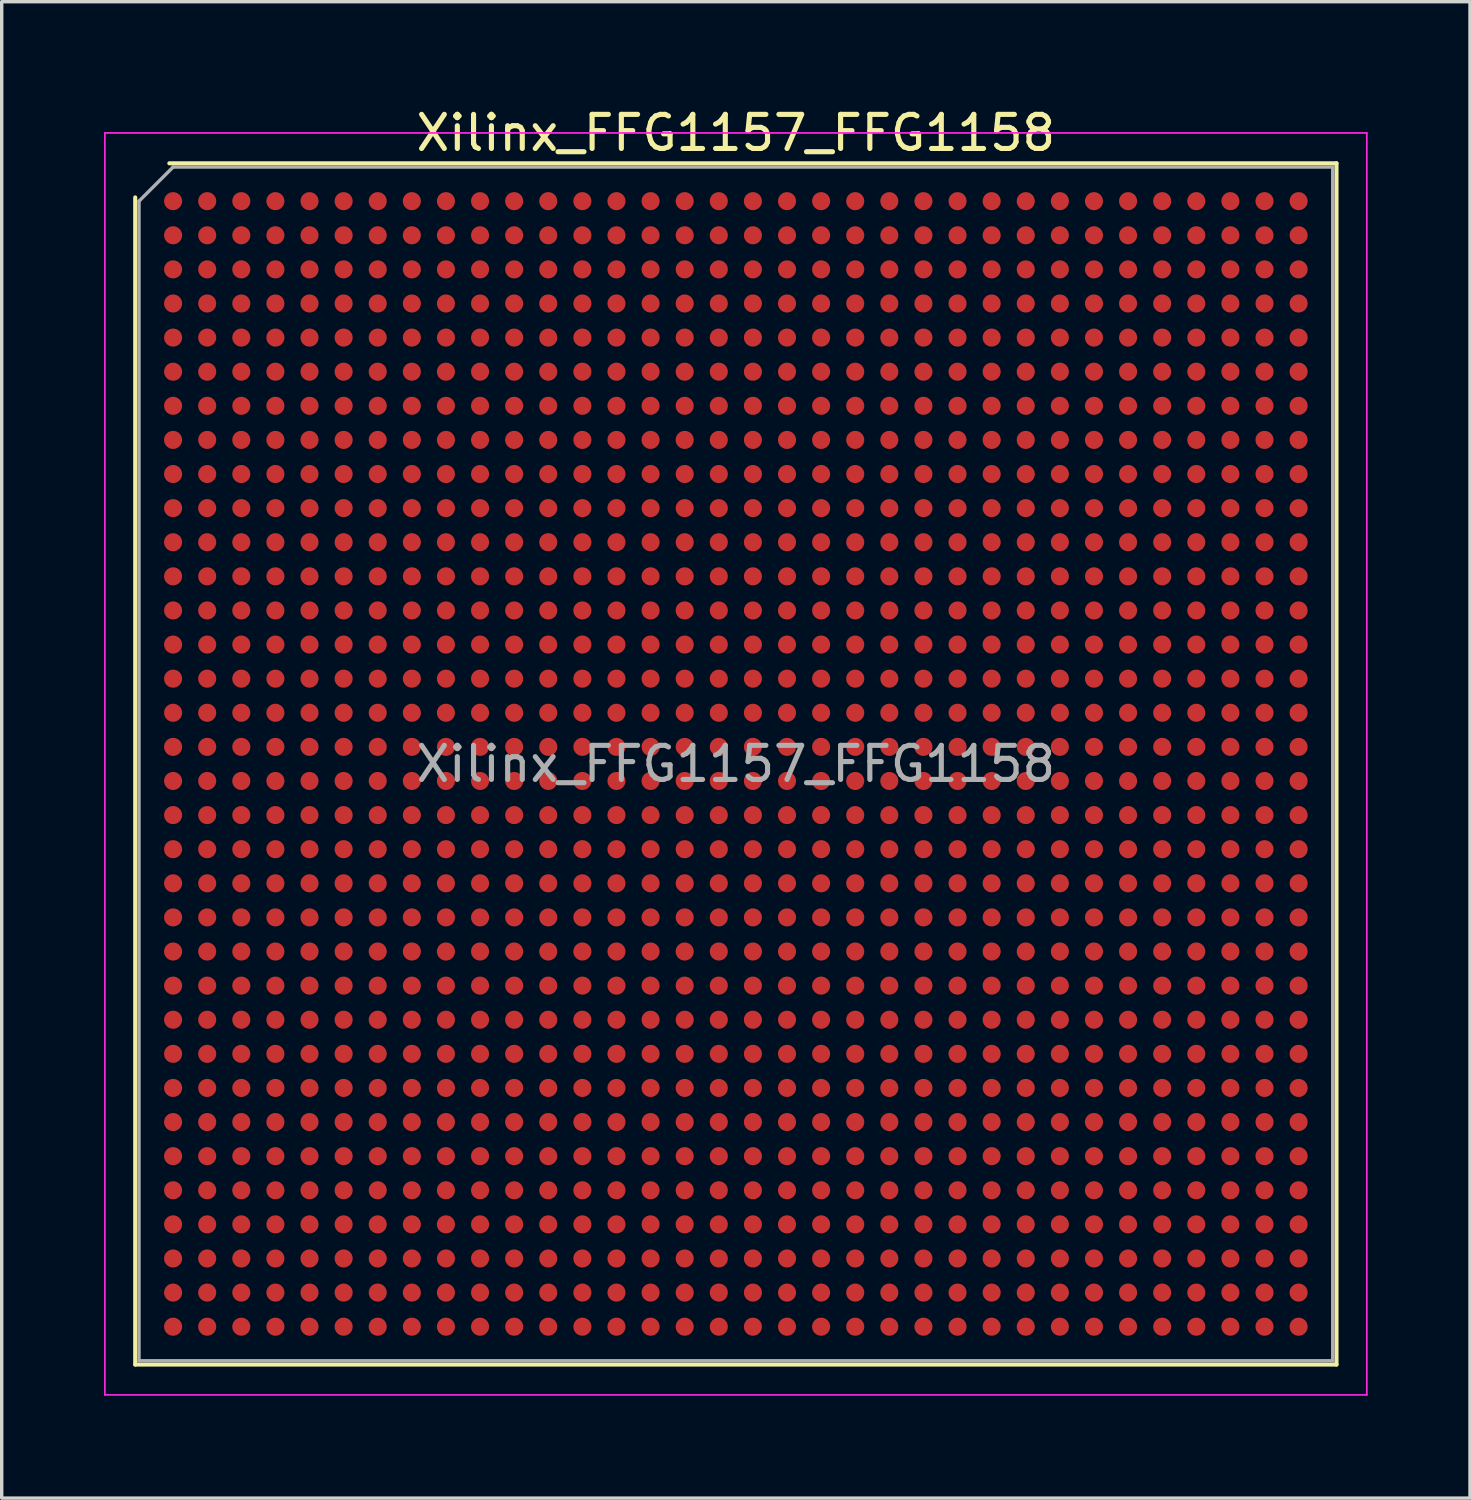
<source format=kicad_pcb>
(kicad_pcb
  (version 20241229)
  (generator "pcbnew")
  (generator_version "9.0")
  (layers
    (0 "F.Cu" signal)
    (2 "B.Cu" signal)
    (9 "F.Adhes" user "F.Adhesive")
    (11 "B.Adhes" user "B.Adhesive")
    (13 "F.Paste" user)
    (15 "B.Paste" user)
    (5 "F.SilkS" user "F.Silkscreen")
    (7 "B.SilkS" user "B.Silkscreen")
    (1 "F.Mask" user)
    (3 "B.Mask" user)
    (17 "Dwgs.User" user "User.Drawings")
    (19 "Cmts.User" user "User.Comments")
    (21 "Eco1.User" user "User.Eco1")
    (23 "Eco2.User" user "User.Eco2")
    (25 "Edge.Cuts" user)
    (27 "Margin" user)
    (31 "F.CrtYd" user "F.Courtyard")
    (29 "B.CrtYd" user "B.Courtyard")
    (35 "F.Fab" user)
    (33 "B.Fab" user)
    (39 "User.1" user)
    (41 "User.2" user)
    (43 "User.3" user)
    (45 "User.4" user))
  (footprint "Xilinx_FFG1157_FFG1158"
    (layer "F.Cu")
    (at 18.525 19.348)
    (property "Reference" "Xilinx_FFG1157_FFG1158" (at 0 -18.5 0) (layer "F.SilkS") (effects (font (size 1 1) (thickness 0.15))))
    (attr smd)
    (fp_line (start -17.61 17.61) (end -17.61 -16.61) (stroke (width 0.12) (type solid)) (layer "F.SilkS"))
    (fp_line (start -16.61 -17.61) (end 17.61 -17.61) (stroke (width 0.12) (type solid)) (layer "F.SilkS"))
    (fp_line (start 17.61 -17.61) (end 17.61 17.61) (stroke (width 0.12) (type solid)) (layer "F.SilkS"))
    (fp_line (start 17.61 17.61) (end -17.61 17.61) (stroke (width 0.12) (type solid)) (layer "F.SilkS"))
    (fp_line (start -18.5 -18.5) (end -18.5 18.5) (stroke (width 0.05) (type solid)) (layer "F.CrtYd"))
    (fp_line (start -18.5 18.5) (end 18.5 18.5) (stroke (width 0.05) (type solid)) (layer "F.CrtYd"))
    (fp_line (start 18.5 -18.5) (end -18.5 -18.5) (stroke (width 0.05) (type solid)) (layer "F.CrtYd"))
    (fp_line (start 18.5 18.5) (end 18.5 -18.5) (stroke (width 0.05) (type solid)) (layer "F.CrtYd"))
    (fp_line (start -17.5 -16.5) (end -16.5 -17.5) (stroke (width 0.1) (type solid)) (layer "F.Fab"))
    (fp_line (start -17.5 17.5) (end -17.5 -16.5) (stroke (width 0.1) (type solid)) (layer "F.Fab"))
    (fp_line (start -16.5 -17.5) (end 17.5 -17.5) (stroke (width 0.1) (type solid)) (layer "F.Fab"))
    (fp_line (start 17.5 -17.5) (end 17.5 17.5) (stroke (width 0.1) (type solid)) (layer "F.Fab"))
    (fp_line (start 17.5 17.5) (end -17.5 17.5) (stroke (width 0.1) (type solid)) (layer "F.Fab"))
    (fp_text user "${REFERENCE}" (at 0 0 0) (layer "F.Fab") (effects (font (size 1 1) (thickness 0.15))))
    (pad "A1" smd circle (at -16.5 -16.5) (size 0.53 0.53) (layers "F.Cu" "F.Mask" "F.Paste"))
    (pad "A2" smd circle (at -15.5 -16.5) (size 0.53 0.53) (layers "F.Cu" "F.Mask" "F.Paste"))
    (pad "A3" smd circle (at -14.5 -16.5) (size 0.53 0.53) (layers "F.Cu" "F.Mask" "F.Paste"))
    (pad "A4" smd circle (at -13.5 -16.5) (size 0.53 0.53) (layers "F.Cu" "F.Mask" "F.Paste"))
    (pad "A5" smd circle (at -12.5 -16.5) (size 0.53 0.53) (layers "F.Cu" "F.Mask" "F.Paste"))
    (pad "A6" smd circle (at -11.5 -16.5) (size 0.53 0.53) (layers "F.Cu" "F.Mask" "F.Paste"))
    (pad "A7" smd circle (at -10.5 -16.5) (size 0.53 0.53) (layers "F.Cu" "F.Mask" "F.Paste"))
    (pad "A8" smd circle (at -9.5 -16.5) (size 0.53 0.53) (layers "F.Cu" "F.Mask" "F.Paste"))
    (pad "A9" smd circle (at -8.5 -16.5) (size 0.53 0.53) (layers "F.Cu" "F.Mask" "F.Paste"))
    (pad "A10" smd circle (at -7.5 -16.5) (size 0.53 0.53) (layers "F.Cu" "F.Mask" "F.Paste"))
    (pad "A11" smd circle (at -6.5 -16.5) (size 0.53 0.53) (layers "F.Cu" "F.Mask" "F.Paste"))
    (pad "A12" smd circle (at -5.5 -16.5) (size 0.53 0.53) (layers "F.Cu" "F.Mask" "F.Paste"))
    (pad "A13" smd circle (at -4.5 -16.5) (size 0.53 0.53) (layers "F.Cu" "F.Mask" "F.Paste"))
    (pad "A14" smd circle (at -3.5 -16.5) (size 0.53 0.53) (layers "F.Cu" "F.Mask" "F.Paste"))
    (pad "A15" smd circle (at -2.5 -16.5) (size 0.53 0.53) (layers "F.Cu" "F.Mask" "F.Paste"))
    (pad "A16" smd circle (at -1.5 -16.5) (size 0.53 0.53) (layers "F.Cu" "F.Mask" "F.Paste"))
    (pad "A17" smd circle (at -0.5 -16.5) (size 0.53 0.53) (layers "F.Cu" "F.Mask" "F.Paste"))
    (pad "A18" smd circle (at 0.5 -16.5) (size 0.53 0.53) (layers "F.Cu" "F.Mask" "F.Paste"))
    (pad "A19" smd circle (at 1.5 -16.5) (size 0.53 0.53) (layers "F.Cu" "F.Mask" "F.Paste"))
    (pad "A20" smd circle (at 2.5 -16.5) (size 0.53 0.53) (layers "F.Cu" "F.Mask" "F.Paste"))
    (pad "A21" smd circle (at 3.5 -16.5) (size 0.53 0.53) (layers "F.Cu" "F.Mask" "F.Paste"))
    (pad "A22" smd circle (at 4.5 -16.5) (size 0.53 0.53) (layers "F.Cu" "F.Mask" "F.Paste"))
    (pad "A23" smd circle (at 5.5 -16.5) (size 0.53 0.53) (layers "F.Cu" "F.Mask" "F.Paste"))
    (pad "A24" smd circle (at 6.5 -16.5) (size 0.53 0.53) (layers "F.Cu" "F.Mask" "F.Paste"))
    (pad "A25" smd circle (at 7.5 -16.5) (size 0.53 0.53) (layers "F.Cu" "F.Mask" "F.Paste"))
    (pad "A26" smd circle (at 8.5 -16.5) (size 0.53 0.53) (layers "F.Cu" "F.Mask" "F.Paste"))
    (pad "A27" smd circle (at 9.5 -16.5) (size 0.53 0.53) (layers "F.Cu" "F.Mask" "F.Paste"))
    (pad "A28" smd circle (at 10.5 -16.5) (size 0.53 0.53) (layers "F.Cu" "F.Mask" "F.Paste"))
    (pad "A29" smd circle (at 11.5 -16.5) (size 0.53 0.53) (layers "F.Cu" "F.Mask" "F.Paste"))
    (pad "A30" smd circle (at 12.5 -16.5) (size 0.53 0.53) (layers "F.Cu" "F.Mask" "F.Paste"))
    (pad "A31" smd circle (at 13.5 -16.5) (size 0.53 0.53) (layers "F.Cu" "F.Mask" "F.Paste"))
    (pad "A32" smd circle (at 14.5 -16.5) (size 0.53 0.53) (layers "F.Cu" "F.Mask" "F.Paste"))
    (pad "A33" smd circle (at 15.5 -16.5) (size 0.53 0.53) (layers "F.Cu" "F.Mask" "F.Paste"))
    (pad "A34" smd circle (at 16.5 -16.5) (size 0.53 0.53) (layers "F.Cu" "F.Mask" "F.Paste"))
    (pad "AA1" smd circle (at -16.5 3.5) (size 0.53 0.53) (layers "F.Cu" "F.Mask" "F.Paste"))
    (pad "AA2" smd circle (at -15.5 3.5) (size 0.53 0.53) (layers "F.Cu" "F.Mask" "F.Paste"))
    (pad "AA3" smd circle (at -14.5 3.5) (size 0.53 0.53) (layers "F.Cu" "F.Mask" "F.Paste"))
    (pad "AA4" smd circle (at -13.5 3.5) (size 0.53 0.53) (layers "F.Cu" "F.Mask" "F.Paste"))
    (pad "AA5" smd circle (at -12.5 3.5) (size 0.53 0.53) (layers "F.Cu" "F.Mask" "F.Paste"))
    (pad "AA6" smd circle (at -11.5 3.5) (size 0.53 0.53) (layers "F.Cu" "F.Mask" "F.Paste"))
    (pad "AA7" smd circle (at -10.5 3.5) (size 0.53 0.53) (layers "F.Cu" "F.Mask" "F.Paste"))
    (pad "AA8" smd circle (at -9.5 3.5) (size 0.53 0.53) (layers "F.Cu" "F.Mask" "F.Paste"))
    (pad "AA9" smd circle (at -8.5 3.5) (size 0.53 0.53) (layers "F.Cu" "F.Mask" "F.Paste"))
    (pad "AA10" smd circle (at -7.5 3.5) (size 0.53 0.53) (layers "F.Cu" "F.Mask" "F.Paste"))
    (pad "AA11" smd circle (at -6.5 3.5) (size 0.53 0.53) (layers "F.Cu" "F.Mask" "F.Paste"))
    (pad "AA12" smd circle (at -5.5 3.5) (size 0.53 0.53) (layers "F.Cu" "F.Mask" "F.Paste"))
    (pad "AA13" smd circle (at -4.5 3.5) (size 0.53 0.53) (layers "F.Cu" "F.Mask" "F.Paste"))
    (pad "AA14" smd circle (at -3.5 3.5) (size 0.53 0.53) (layers "F.Cu" "F.Mask" "F.Paste"))
    (pad "AA15" smd circle (at -2.5 3.5) (size 0.53 0.53) (layers "F.Cu" "F.Mask" "F.Paste"))
    (pad "AA16" smd circle (at -1.5 3.5) (size 0.53 0.53) (layers "F.Cu" "F.Mask" "F.Paste"))
    (pad "AA17" smd circle (at -0.5 3.5) (size 0.53 0.53) (layers "F.Cu" "F.Mask" "F.Paste"))
    (pad "AA18" smd circle (at 0.5 3.5) (size 0.53 0.53) (layers "F.Cu" "F.Mask" "F.Paste"))
    (pad "AA19" smd circle (at 1.5 3.5) (size 0.53 0.53) (layers "F.Cu" "F.Mask" "F.Paste"))
    (pad "AA20" smd circle (at 2.5 3.5) (size 0.53 0.53) (layers "F.Cu" "F.Mask" "F.Paste"))
    (pad "AA21" smd circle (at 3.5 3.5) (size 0.53 0.53) (layers "F.Cu" "F.Mask" "F.Paste"))
    (pad "AA22" smd circle (at 4.5 3.5) (size 0.53 0.53) (layers "F.Cu" "F.Mask" "F.Paste"))
    (pad "AA23" smd circle (at 5.5 3.5) (size 0.53 0.53) (layers "F.Cu" "F.Mask" "F.Paste"))
    (pad "AA24" smd circle (at 6.5 3.5) (size 0.53 0.53) (layers "F.Cu" "F.Mask" "F.Paste"))
    (pad "AA25" smd circle (at 7.5 3.5) (size 0.53 0.53) (layers "F.Cu" "F.Mask" "F.Paste"))
    (pad "AA26" smd circle (at 8.5 3.5) (size 0.53 0.53) (layers "F.Cu" "F.Mask" "F.Paste"))
    (pad "AA27" smd circle (at 9.5 3.5) (size 0.53 0.53) (layers "F.Cu" "F.Mask" "F.Paste"))
    (pad "AA28" smd circle (at 10.5 3.5) (size 0.53 0.53) (layers "F.Cu" "F.Mask" "F.Paste"))
    (pad "AA29" smd circle (at 11.5 3.5) (size 0.53 0.53) (layers "F.Cu" "F.Mask" "F.Paste"))
    (pad "AA30" smd circle (at 12.5 3.5) (size 0.53 0.53) (layers "F.Cu" "F.Mask" "F.Paste"))
    (pad "AA31" smd circle (at 13.5 3.5) (size 0.53 0.53) (layers "F.Cu" "F.Mask" "F.Paste"))
    (pad "AA32" smd circle (at 14.5 3.5) (size 0.53 0.53) (layers "F.Cu" "F.Mask" "F.Paste"))
    (pad "AA33" smd circle (at 15.5 3.5) (size 0.53 0.53) (layers "F.Cu" "F.Mask" "F.Paste"))
    (pad "AA34" smd circle (at 16.5 3.5) (size 0.53 0.53) (layers "F.Cu" "F.Mask" "F.Paste"))
    (pad "AB1" smd circle (at -16.5 4.5) (size 0.53 0.53) (layers "F.Cu" "F.Mask" "F.Paste"))
    (pad "AB2" smd circle (at -15.5 4.5) (size 0.53 0.53) (layers "F.Cu" "F.Mask" "F.Paste"))
    (pad "AB3" smd circle (at -14.5 4.5) (size 0.53 0.53) (layers "F.Cu" "F.Mask" "F.Paste"))
    (pad "AB4" smd circle (at -13.5 4.5) (size 0.53 0.53) (layers "F.Cu" "F.Mask" "F.Paste"))
    (pad "AB5" smd circle (at -12.5 4.5) (size 0.53 0.53) (layers "F.Cu" "F.Mask" "F.Paste"))
    (pad "AB6" smd circle (at -11.5 4.5) (size 0.53 0.53) (layers "F.Cu" "F.Mask" "F.Paste"))
    (pad "AB7" smd circle (at -10.5 4.5) (size 0.53 0.53) (layers "F.Cu" "F.Mask" "F.Paste"))
    (pad "AB8" smd circle (at -9.5 4.5) (size 0.53 0.53) (layers "F.Cu" "F.Mask" "F.Paste"))
    (pad "AB9" smd circle (at -8.5 4.5) (size 0.53 0.53) (layers "F.Cu" "F.Mask" "F.Paste"))
    (pad "AB10" smd circle (at -7.5 4.5) (size 0.53 0.53) (layers "F.Cu" "F.Mask" "F.Paste"))
    (pad "AB11" smd circle (at -6.5 4.5) (size 0.53 0.53) (layers "F.Cu" "F.Mask" "F.Paste"))
    (pad "AB12" smd circle (at -5.5 4.5) (size 0.53 0.53) (layers "F.Cu" "F.Mask" "F.Paste"))
    (pad "AB13" smd circle (at -4.5 4.5) (size 0.53 0.53) (layers "F.Cu" "F.Mask" "F.Paste"))
    (pad "AB14" smd circle (at -3.5 4.5) (size 0.53 0.53) (layers "F.Cu" "F.Mask" "F.Paste"))
    (pad "AB15" smd circle (at -2.5 4.5) (size 0.53 0.53) (layers "F.Cu" "F.Mask" "F.Paste"))
    (pad "AB16" smd circle (at -1.5 4.5) (size 0.53 0.53) (layers "F.Cu" "F.Mask" "F.Paste"))
    (pad "AB17" smd circle (at -0.5 4.5) (size 0.53 0.53) (layers "F.Cu" "F.Mask" "F.Paste"))
    (pad "AB18" smd circle (at 0.5 4.5) (size 0.53 0.53) (layers "F.Cu" "F.Mask" "F.Paste"))
    (pad "AB19" smd circle (at 1.5 4.5) (size 0.53 0.53) (layers "F.Cu" "F.Mask" "F.Paste"))
    (pad "AB20" smd circle (at 2.5 4.5) (size 0.53 0.53) (layers "F.Cu" "F.Mask" "F.Paste"))
    (pad "AB21" smd circle (at 3.5 4.5) (size 0.53 0.53) (layers "F.Cu" "F.Mask" "F.Paste"))
    (pad "AB22" smd circle (at 4.5 4.5) (size 0.53 0.53) (layers "F.Cu" "F.Mask" "F.Paste"))
    (pad "AB23" smd circle (at 5.5 4.5) (size 0.53 0.53) (layers "F.Cu" "F.Mask" "F.Paste"))
    (pad "AB24" smd circle (at 6.5 4.5) (size 0.53 0.53) (layers "F.Cu" "F.Mask" "F.Paste"))
    (pad "AB25" smd circle (at 7.5 4.5) (size 0.53 0.53) (layers "F.Cu" "F.Mask" "F.Paste"))
    (pad "AB26" smd circle (at 8.5 4.5) (size 0.53 0.53) (layers "F.Cu" "F.Mask" "F.Paste"))
    (pad "AB27" smd circle (at 9.5 4.5) (size 0.53 0.53) (layers "F.Cu" "F.Mask" "F.Paste"))
    (pad "AB28" smd circle (at 10.5 4.5) (size 0.53 0.53) (layers "F.Cu" "F.Mask" "F.Paste"))
    (pad "AB29" smd circle (at 11.5 4.5) (size 0.53 0.53) (layers "F.Cu" "F.Mask" "F.Paste"))
    (pad "AB30" smd circle (at 12.5 4.5) (size 0.53 0.53) (layers "F.Cu" "F.Mask" "F.Paste"))
    (pad "AB31" smd circle (at 13.5 4.5) (size 0.53 0.53) (layers "F.Cu" "F.Mask" "F.Paste"))
    (pad "AB32" smd circle (at 14.5 4.5) (size 0.53 0.53) (layers "F.Cu" "F.Mask" "F.Paste"))
    (pad "AB33" smd circle (at 15.5 4.5) (size 0.53 0.53) (layers "F.Cu" "F.Mask" "F.Paste"))
    (pad "AB34" smd circle (at 16.5 4.5) (size 0.53 0.53) (layers "F.Cu" "F.Mask" "F.Paste"))
    (pad "AC1" smd circle (at -16.5 5.5) (size 0.53 0.53) (layers "F.Cu" "F.Mask" "F.Paste"))
    (pad "AC2" smd circle (at -15.5 5.5) (size 0.53 0.53) (layers "F.Cu" "F.Mask" "F.Paste"))
    (pad "AC3" smd circle (at -14.5 5.5) (size 0.53 0.53) (layers "F.Cu" "F.Mask" "F.Paste"))
    (pad "AC4" smd circle (at -13.5 5.5) (size 0.53 0.53) (layers "F.Cu" "F.Mask" "F.Paste"))
    (pad "AC5" smd circle (at -12.5 5.5) (size 0.53 0.53) (layers "F.Cu" "F.Mask" "F.Paste"))
    (pad "AC6" smd circle (at -11.5 5.5) (size 0.53 0.53) (layers "F.Cu" "F.Mask" "F.Paste"))
    (pad "AC7" smd circle (at -10.5 5.5) (size 0.53 0.53) (layers "F.Cu" "F.Mask" "F.Paste"))
    (pad "AC8" smd circle (at -9.5 5.5) (size 0.53 0.53) (layers "F.Cu" "F.Mask" "F.Paste"))
    (pad "AC9" smd circle (at -8.5 5.5) (size 0.53 0.53) (layers "F.Cu" "F.Mask" "F.Paste"))
    (pad "AC10" smd circle (at -7.5 5.5) (size 0.53 0.53) (layers "F.Cu" "F.Mask" "F.Paste"))
    (pad "AC11" smd circle (at -6.5 5.5) (size 0.53 0.53) (layers "F.Cu" "F.Mask" "F.Paste"))
    (pad "AC12" smd circle (at -5.5 5.5) (size 0.53 0.53) (layers "F.Cu" "F.Mask" "F.Paste"))
    (pad "AC13" smd circle (at -4.5 5.5) (size 0.53 0.53) (layers "F.Cu" "F.Mask" "F.Paste"))
    (pad "AC14" smd circle (at -3.5 5.5) (size 0.53 0.53) (layers "F.Cu" "F.Mask" "F.Paste"))
    (pad "AC15" smd circle (at -2.5 5.5) (size 0.53 0.53) (layers "F.Cu" "F.Mask" "F.Paste"))
    (pad "AC16" smd circle (at -1.5 5.5) (size 0.53 0.53) (layers "F.Cu" "F.Mask" "F.Paste"))
    (pad "AC17" smd circle (at -0.5 5.5) (size 0.53 0.53) (layers "F.Cu" "F.Mask" "F.Paste"))
    (pad "AC18" smd circle (at 0.5 5.5) (size 0.53 0.53) (layers "F.Cu" "F.Mask" "F.Paste"))
    (pad "AC19" smd circle (at 1.5 5.5) (size 0.53 0.53) (layers "F.Cu" "F.Mask" "F.Paste"))
    (pad "AC20" smd circle (at 2.5 5.5) (size 0.53 0.53) (layers "F.Cu" "F.Mask" "F.Paste"))
    (pad "AC21" smd circle (at 3.5 5.5) (size 0.53 0.53) (layers "F.Cu" "F.Mask" "F.Paste"))
    (pad "AC22" smd circle (at 4.5 5.5) (size 0.53 0.53) (layers "F.Cu" "F.Mask" "F.Paste"))
    (pad "AC23" smd circle (at 5.5 5.5) (size 0.53 0.53) (layers "F.Cu" "F.Mask" "F.Paste"))
    (pad "AC24" smd circle (at 6.5 5.5) (size 0.53 0.53) (layers "F.Cu" "F.Mask" "F.Paste"))
    (pad "AC25" smd circle (at 7.5 5.5) (size 0.53 0.53) (layers "F.Cu" "F.Mask" "F.Paste"))
    (pad "AC26" smd circle (at 8.5 5.5) (size 0.53 0.53) (layers "F.Cu" "F.Mask" "F.Paste"))
    (pad "AC27" smd circle (at 9.5 5.5) (size 0.53 0.53) (layers "F.Cu" "F.Mask" "F.Paste"))
    (pad "AC28" smd circle (at 10.5 5.5) (size 0.53 0.53) (layers "F.Cu" "F.Mask" "F.Paste"))
    (pad "AC29" smd circle (at 11.5 5.5) (size 0.53 0.53) (layers "F.Cu" "F.Mask" "F.Paste"))
    (pad "AC30" smd circle (at 12.5 5.5) (size 0.53 0.53) (layers "F.Cu" "F.Mask" "F.Paste"))
    (pad "AC31" smd circle (at 13.5 5.5) (size 0.53 0.53) (layers "F.Cu" "F.Mask" "F.Paste"))
    (pad "AC32" smd circle (at 14.5 5.5) (size 0.53 0.53) (layers "F.Cu" "F.Mask" "F.Paste"))
    (pad "AC33" smd circle (at 15.5 5.5) (size 0.53 0.53) (layers "F.Cu" "F.Mask" "F.Paste"))
    (pad "AC34" smd circle (at 16.5 5.5) (size 0.53 0.53) (layers "F.Cu" "F.Mask" "F.Paste"))
    (pad "AD1" smd circle (at -16.5 6.5) (size 0.53 0.53) (layers "F.Cu" "F.Mask" "F.Paste"))
    (pad "AD2" smd circle (at -15.5 6.5) (size 0.53 0.53) (layers "F.Cu" "F.Mask" "F.Paste"))
    (pad "AD3" smd circle (at -14.5 6.5) (size 0.53 0.53) (layers "F.Cu" "F.Mask" "F.Paste"))
    (pad "AD4" smd circle (at -13.5 6.5) (size 0.53 0.53) (layers "F.Cu" "F.Mask" "F.Paste"))
    (pad "AD5" smd circle (at -12.5 6.5) (size 0.53 0.53) (layers "F.Cu" "F.Mask" "F.Paste"))
    (pad "AD6" smd circle (at -11.5 6.5) (size 0.53 0.53) (layers "F.Cu" "F.Mask" "F.Paste"))
    (pad "AD7" smd circle (at -10.5 6.5) (size 0.53 0.53) (layers "F.Cu" "F.Mask" "F.Paste"))
    (pad "AD8" smd circle (at -9.5 6.5) (size 0.53 0.53) (layers "F.Cu" "F.Mask" "F.Paste"))
    (pad "AD9" smd circle (at -8.5 6.5) (size 0.53 0.53) (layers "F.Cu" "F.Mask" "F.Paste"))
    (pad "AD10" smd circle (at -7.5 6.5) (size 0.53 0.53) (layers "F.Cu" "F.Mask" "F.Paste"))
    (pad "AD11" smd circle (at -6.5 6.5) (size 0.53 0.53) (layers "F.Cu" "F.Mask" "F.Paste"))
    (pad "AD12" smd circle (at -5.5 6.5) (size 0.53 0.53) (layers "F.Cu" "F.Mask" "F.Paste"))
    (pad "AD13" smd circle (at -4.5 6.5) (size 0.53 0.53) (layers "F.Cu" "F.Mask" "F.Paste"))
    (pad "AD14" smd circle (at -3.5 6.5) (size 0.53 0.53) (layers "F.Cu" "F.Mask" "F.Paste"))
    (pad "AD15" smd circle (at -2.5 6.5) (size 0.53 0.53) (layers "F.Cu" "F.Mask" "F.Paste"))
    (pad "AD16" smd circle (at -1.5 6.5) (size 0.53 0.53) (layers "F.Cu" "F.Mask" "F.Paste"))
    (pad "AD17" smd circle (at -0.5 6.5) (size 0.53 0.53) (layers "F.Cu" "F.Mask" "F.Paste"))
    (pad "AD18" smd circle (at 0.5 6.5) (size 0.53 0.53) (layers "F.Cu" "F.Mask" "F.Paste"))
    (pad "AD19" smd circle (at 1.5 6.5) (size 0.53 0.53) (layers "F.Cu" "F.Mask" "F.Paste"))
    (pad "AD20" smd circle (at 2.5 6.5) (size 0.53 0.53) (layers "F.Cu" "F.Mask" "F.Paste"))
    (pad "AD21" smd circle (at 3.5 6.5) (size 0.53 0.53) (layers "F.Cu" "F.Mask" "F.Paste"))
    (pad "AD22" smd circle (at 4.5 6.5) (size 0.53 0.53) (layers "F.Cu" "F.Mask" "F.Paste"))
    (pad "AD23" smd circle (at 5.5 6.5) (size 0.53 0.53) (layers "F.Cu" "F.Mask" "F.Paste"))
    (pad "AD24" smd circle (at 6.5 6.5) (size 0.53 0.53) (layers "F.Cu" "F.Mask" "F.Paste"))
    (pad "AD25" smd circle (at 7.5 6.5) (size 0.53 0.53) (layers "F.Cu" "F.Mask" "F.Paste"))
    (pad "AD26" smd circle (at 8.5 6.5) (size 0.53 0.53) (layers "F.Cu" "F.Mask" "F.Paste"))
    (pad "AD27" smd circle (at 9.5 6.5) (size 0.53 0.53) (layers "F.Cu" "F.Mask" "F.Paste"))
    (pad "AD28" smd circle (at 10.5 6.5) (size 0.53 0.53) (layers "F.Cu" "F.Mask" "F.Paste"))
    (pad "AD29" smd circle (at 11.5 6.5) (size 0.53 0.53) (layers "F.Cu" "F.Mask" "F.Paste"))
    (pad "AD30" smd circle (at 12.5 6.5) (size 0.53 0.53) (layers "F.Cu" "F.Mask" "F.Paste"))
    (pad "AD31" smd circle (at 13.5 6.5) (size 0.53 0.53) (layers "F.Cu" "F.Mask" "F.Paste"))
    (pad "AD32" smd circle (at 14.5 6.5) (size 0.53 0.53) (layers "F.Cu" "F.Mask" "F.Paste"))
    (pad "AD33" smd circle (at 15.5 6.5) (size 0.53 0.53) (layers "F.Cu" "F.Mask" "F.Paste"))
    (pad "AD34" smd circle (at 16.5 6.5) (size 0.53 0.53) (layers "F.Cu" "F.Mask" "F.Paste"))
    (pad "AE1" smd circle (at -16.5 7.5) (size 0.53 0.53) (layers "F.Cu" "F.Mask" "F.Paste"))
    (pad "AE2" smd circle (at -15.5 7.5) (size 0.53 0.53) (layers "F.Cu" "F.Mask" "F.Paste"))
    (pad "AE3" smd circle (at -14.5 7.5) (size 0.53 0.53) (layers "F.Cu" "F.Mask" "F.Paste"))
    (pad "AE4" smd circle (at -13.5 7.5) (size 0.53 0.53) (layers "F.Cu" "F.Mask" "F.Paste"))
    (pad "AE5" smd circle (at -12.5 7.5) (size 0.53 0.53) (layers "F.Cu" "F.Mask" "F.Paste"))
    (pad "AE6" smd circle (at -11.5 7.5) (size 0.53 0.53) (layers "F.Cu" "F.Mask" "F.Paste"))
    (pad "AE7" smd circle (at -10.5 7.5) (size 0.53 0.53) (layers "F.Cu" "F.Mask" "F.Paste"))
    (pad "AE8" smd circle (at -9.5 7.5) (size 0.53 0.53) (layers "F.Cu" "F.Mask" "F.Paste"))
    (pad "AE9" smd circle (at -8.5 7.5) (size 0.53 0.53) (layers "F.Cu" "F.Mask" "F.Paste"))
    (pad "AE10" smd circle (at -7.5 7.5) (size 0.53 0.53) (layers "F.Cu" "F.Mask" "F.Paste"))
    (pad "AE11" smd circle (at -6.5 7.5) (size 0.53 0.53) (layers "F.Cu" "F.Mask" "F.Paste"))
    (pad "AE12" smd circle (at -5.5 7.5) (size 0.53 0.53) (layers "F.Cu" "F.Mask" "F.Paste"))
    (pad "AE13" smd circle (at -4.5 7.5) (size 0.53 0.53) (layers "F.Cu" "F.Mask" "F.Paste"))
    (pad "AE14" smd circle (at -3.5 7.5) (size 0.53 0.53) (layers "F.Cu" "F.Mask" "F.Paste"))
    (pad "AE15" smd circle (at -2.5 7.5) (size 0.53 0.53) (layers "F.Cu" "F.Mask" "F.Paste"))
    (pad "AE16" smd circle (at -1.5 7.5) (size 0.53 0.53) (layers "F.Cu" "F.Mask" "F.Paste"))
    (pad "AE17" smd circle (at -0.5 7.5) (size 0.53 0.53) (layers "F.Cu" "F.Mask" "F.Paste"))
    (pad "AE18" smd circle (at 0.5 7.5) (size 0.53 0.53) (layers "F.Cu" "F.Mask" "F.Paste"))
    (pad "AE19" smd circle (at 1.5 7.5) (size 0.53 0.53) (layers "F.Cu" "F.Mask" "F.Paste"))
    (pad "AE20" smd circle (at 2.5 7.5) (size 0.53 0.53) (layers "F.Cu" "F.Mask" "F.Paste"))
    (pad "AE21" smd circle (at 3.5 7.5) (size 0.53 0.53) (layers "F.Cu" "F.Mask" "F.Paste"))
    (pad "AE22" smd circle (at 4.5 7.5) (size 0.53 0.53) (layers "F.Cu" "F.Mask" "F.Paste"))
    (pad "AE23" smd circle (at 5.5 7.5) (size 0.53 0.53) (layers "F.Cu" "F.Mask" "F.Paste"))
    (pad "AE24" smd circle (at 6.5 7.5) (size 0.53 0.53) (layers "F.Cu" "F.Mask" "F.Paste"))
    (pad "AE25" smd circle (at 7.5 7.5) (size 0.53 0.53) (layers "F.Cu" "F.Mask" "F.Paste"))
    (pad "AE26" smd circle (at 8.5 7.5) (size 0.53 0.53) (layers "F.Cu" "F.Mask" "F.Paste"))
    (pad "AE27" smd circle (at 9.5 7.5) (size 0.53 0.53) (layers "F.Cu" "F.Mask" "F.Paste"))
    (pad "AE28" smd circle (at 10.5 7.5) (size 0.53 0.53) (layers "F.Cu" "F.Mask" "F.Paste"))
    (pad "AE29" smd circle (at 11.5 7.5) (size 0.53 0.53) (layers "F.Cu" "F.Mask" "F.Paste"))
    (pad "AE30" smd circle (at 12.5 7.5) (size 0.53 0.53) (layers "F.Cu" "F.Mask" "F.Paste"))
    (pad "AE31" smd circle (at 13.5 7.5) (size 0.53 0.53) (layers "F.Cu" "F.Mask" "F.Paste"))
    (pad "AE32" smd circle (at 14.5 7.5) (size 0.53 0.53) (layers "F.Cu" "F.Mask" "F.Paste"))
    (pad "AE33" smd circle (at 15.5 7.5) (size 0.53 0.53) (layers "F.Cu" "F.Mask" "F.Paste"))
    (pad "AE34" smd circle (at 16.5 7.5) (size 0.53 0.53) (layers "F.Cu" "F.Mask" "F.Paste"))
    (pad "AF1" smd circle (at -16.5 8.5) (size 0.53 0.53) (layers "F.Cu" "F.Mask" "F.Paste"))
    (pad "AF2" smd circle (at -15.5 8.5) (size 0.53 0.53) (layers "F.Cu" "F.Mask" "F.Paste"))
    (pad "AF3" smd circle (at -14.5 8.5) (size 0.53 0.53) (layers "F.Cu" "F.Mask" "F.Paste"))
    (pad "AF4" smd circle (at -13.5 8.5) (size 0.53 0.53) (layers "F.Cu" "F.Mask" "F.Paste"))
    (pad "AF5" smd circle (at -12.5 8.5) (size 0.53 0.53) (layers "F.Cu" "F.Mask" "F.Paste"))
    (pad "AF6" smd circle (at -11.5 8.5) (size 0.53 0.53) (layers "F.Cu" "F.Mask" "F.Paste"))
    (pad "AF7" smd circle (at -10.5 8.5) (size 0.53 0.53) (layers "F.Cu" "F.Mask" "F.Paste"))
    (pad "AF8" smd circle (at -9.5 8.5) (size 0.53 0.53) (layers "F.Cu" "F.Mask" "F.Paste"))
    (pad "AF9" smd circle (at -8.5 8.5) (size 0.53 0.53) (layers "F.Cu" "F.Mask" "F.Paste"))
    (pad "AF10" smd circle (at -7.5 8.5) (size 0.53 0.53) (layers "F.Cu" "F.Mask" "F.Paste"))
    (pad "AF11" smd circle (at -6.5 8.5) (size 0.53 0.53) (layers "F.Cu" "F.Mask" "F.Paste"))
    (pad "AF12" smd circle (at -5.5 8.5) (size 0.53 0.53) (layers "F.Cu" "F.Mask" "F.Paste"))
    (pad "AF13" smd circle (at -4.5 8.5) (size 0.53 0.53) (layers "F.Cu" "F.Mask" "F.Paste"))
    (pad "AF14" smd circle (at -3.5 8.5) (size 0.53 0.53) (layers "F.Cu" "F.Mask" "F.Paste"))
    (pad "AF15" smd circle (at -2.5 8.5) (size 0.53 0.53) (layers "F.Cu" "F.Mask" "F.Paste"))
    (pad "AF16" smd circle (at -1.5 8.5) (size 0.53 0.53) (layers "F.Cu" "F.Mask" "F.Paste"))
    (pad "AF17" smd circle (at -0.5 8.5) (size 0.53 0.53) (layers "F.Cu" "F.Mask" "F.Paste"))
    (pad "AF18" smd circle (at 0.5 8.5) (size 0.53 0.53) (layers "F.Cu" "F.Mask" "F.Paste"))
    (pad "AF19" smd circle (at 1.5 8.5) (size 0.53 0.53) (layers "F.Cu" "F.Mask" "F.Paste"))
    (pad "AF20" smd circle (at 2.5 8.5) (size 0.53 0.53) (layers "F.Cu" "F.Mask" "F.Paste"))
    (pad "AF21" smd circle (at 3.5 8.5) (size 0.53 0.53) (layers "F.Cu" "F.Mask" "F.Paste"))
    (pad "AF22" smd circle (at 4.5 8.5) (size 0.53 0.53) (layers "F.Cu" "F.Mask" "F.Paste"))
    (pad "AF23" smd circle (at 5.5 8.5) (size 0.53 0.53) (layers "F.Cu" "F.Mask" "F.Paste"))
    (pad "AF24" smd circle (at 6.5 8.5) (size 0.53 0.53) (layers "F.Cu" "F.Mask" "F.Paste"))
    (pad "AF25" smd circle (at 7.5 8.5) (size 0.53 0.53) (layers "F.Cu" "F.Mask" "F.Paste"))
    (pad "AF26" smd circle (at 8.5 8.5) (size 0.53 0.53) (layers "F.Cu" "F.Mask" "F.Paste"))
    (pad "AF27" smd circle (at 9.5 8.5) (size 0.53 0.53) (layers "F.Cu" "F.Mask" "F.Paste"))
    (pad "AF28" smd circle (at 10.5 8.5) (size 0.53 0.53) (layers "F.Cu" "F.Mask" "F.Paste"))
    (pad "AF29" smd circle (at 11.5 8.5) (size 0.53 0.53) (layers "F.Cu" "F.Mask" "F.Paste"))
    (pad "AF30" smd circle (at 12.5 8.5) (size 0.53 0.53) (layers "F.Cu" "F.Mask" "F.Paste"))
    (pad "AF31" smd circle (at 13.5 8.5) (size 0.53 0.53) (layers "F.Cu" "F.Mask" "F.Paste"))
    (pad "AF32" smd circle (at 14.5 8.5) (size 0.53 0.53) (layers "F.Cu" "F.Mask" "F.Paste"))
    (pad "AF33" smd circle (at 15.5 8.5) (size 0.53 0.53) (layers "F.Cu" "F.Mask" "F.Paste"))
    (pad "AF34" smd circle (at 16.5 8.5) (size 0.53 0.53) (layers "F.Cu" "F.Mask" "F.Paste"))
    (pad "AG1" smd circle (at -16.5 9.5) (size 0.53 0.53) (layers "F.Cu" "F.Mask" "F.Paste"))
    (pad "AG2" smd circle (at -15.5 9.5) (size 0.53 0.53) (layers "F.Cu" "F.Mask" "F.Paste"))
    (pad "AG3" smd circle (at -14.5 9.5) (size 0.53 0.53) (layers "F.Cu" "F.Mask" "F.Paste"))
    (pad "AG4" smd circle (at -13.5 9.5) (size 0.53 0.53) (layers "F.Cu" "F.Mask" "F.Paste"))
    (pad "AG5" smd circle (at -12.5 9.5) (size 0.53 0.53) (layers "F.Cu" "F.Mask" "F.Paste"))
    (pad "AG6" smd circle (at -11.5 9.5) (size 0.53 0.53) (layers "F.Cu" "F.Mask" "F.Paste"))
    (pad "AG7" smd circle (at -10.5 9.5) (size 0.53 0.53) (layers "F.Cu" "F.Mask" "F.Paste"))
    (pad "AG8" smd circle (at -9.5 9.5) (size 0.53 0.53) (layers "F.Cu" "F.Mask" "F.Paste"))
    (pad "AG9" smd circle (at -8.5 9.5) (size 0.53 0.53) (layers "F.Cu" "F.Mask" "F.Paste"))
    (pad "AG10" smd circle (at -7.5 9.5) (size 0.53 0.53) (layers "F.Cu" "F.Mask" "F.Paste"))
    (pad "AG11" smd circle (at -6.5 9.5) (size 0.53 0.53) (layers "F.Cu" "F.Mask" "F.Paste"))
    (pad "AG12" smd circle (at -5.5 9.5) (size 0.53 0.53) (layers "F.Cu" "F.Mask" "F.Paste"))
    (pad "AG13" smd circle (at -4.5 9.5) (size 0.53 0.53) (layers "F.Cu" "F.Mask" "F.Paste"))
    (pad "AG14" smd circle (at -3.5 9.5) (size 0.53 0.53) (layers "F.Cu" "F.Mask" "F.Paste"))
    (pad "AG15" smd circle (at -2.5 9.5) (size 0.53 0.53) (layers "F.Cu" "F.Mask" "F.Paste"))
    (pad "AG16" smd circle (at -1.5 9.5) (size 0.53 0.53) (layers "F.Cu" "F.Mask" "F.Paste"))
    (pad "AG17" smd circle (at -0.5 9.5) (size 0.53 0.53) (layers "F.Cu" "F.Mask" "F.Paste"))
    (pad "AG18" smd circle (at 0.5 9.5) (size 0.53 0.53) (layers "F.Cu" "F.Mask" "F.Paste"))
    (pad "AG19" smd circle (at 1.5 9.5) (size 0.53 0.53) (layers "F.Cu" "F.Mask" "F.Paste"))
    (pad "AG20" smd circle (at 2.5 9.5) (size 0.53 0.53) (layers "F.Cu" "F.Mask" "F.Paste"))
    (pad "AG21" smd circle (at 3.5 9.5) (size 0.53 0.53) (layers "F.Cu" "F.Mask" "F.Paste"))
    (pad "AG22" smd circle (at 4.5 9.5) (size 0.53 0.53) (layers "F.Cu" "F.Mask" "F.Paste"))
    (pad "AG23" smd circle (at 5.5 9.5) (size 0.53 0.53) (layers "F.Cu" "F.Mask" "F.Paste"))
    (pad "AG24" smd circle (at 6.5 9.5) (size 0.53 0.53) (layers "F.Cu" "F.Mask" "F.Paste"))
    (pad "AG25" smd circle (at 7.5 9.5) (size 0.53 0.53) (layers "F.Cu" "F.Mask" "F.Paste"))
    (pad "AG26" smd circle (at 8.5 9.5) (size 0.53 0.53) (layers "F.Cu" "F.Mask" "F.Paste"))
    (pad "AG27" smd circle (at 9.5 9.5) (size 0.53 0.53) (layers "F.Cu" "F.Mask" "F.Paste"))
    (pad "AG28" smd circle (at 10.5 9.5) (size 0.53 0.53) (layers "F.Cu" "F.Mask" "F.Paste"))
    (pad "AG29" smd circle (at 11.5 9.5) (size 0.53 0.53) (layers "F.Cu" "F.Mask" "F.Paste"))
    (pad "AG30" smd circle (at 12.5 9.5) (size 0.53 0.53) (layers "F.Cu" "F.Mask" "F.Paste"))
    (pad "AG31" smd circle (at 13.5 9.5) (size 0.53 0.53) (layers "F.Cu" "F.Mask" "F.Paste"))
    (pad "AG32" smd circle (at 14.5 9.5) (size 0.53 0.53) (layers "F.Cu" "F.Mask" "F.Paste"))
    (pad "AG33" smd circle (at 15.5 9.5) (size 0.53 0.53) (layers "F.Cu" "F.Mask" "F.Paste"))
    (pad "AG34" smd circle (at 16.5 9.5) (size 0.53 0.53) (layers "F.Cu" "F.Mask" "F.Paste"))
    (pad "AH1" smd circle (at -16.5 10.5) (size 0.53 0.53) (layers "F.Cu" "F.Mask" "F.Paste"))
    (pad "AH2" smd circle (at -15.5 10.5) (size 0.53 0.53) (layers "F.Cu" "F.Mask" "F.Paste"))
    (pad "AH3" smd circle (at -14.5 10.5) (size 0.53 0.53) (layers "F.Cu" "F.Mask" "F.Paste"))
    (pad "AH4" smd circle (at -13.5 10.5) (size 0.53 0.53) (layers "F.Cu" "F.Mask" "F.Paste"))
    (pad "AH5" smd circle (at -12.5 10.5) (size 0.53 0.53) (layers "F.Cu" "F.Mask" "F.Paste"))
    (pad "AH6" smd circle (at -11.5 10.5) (size 0.53 0.53) (layers "F.Cu" "F.Mask" "F.Paste"))
    (pad "AH7" smd circle (at -10.5 10.5) (size 0.53 0.53) (layers "F.Cu" "F.Mask" "F.Paste"))
    (pad "AH8" smd circle (at -9.5 10.5) (size 0.53 0.53) (layers "F.Cu" "F.Mask" "F.Paste"))
    (pad "AH9" smd circle (at -8.5 10.5) (size 0.53 0.53) (layers "F.Cu" "F.Mask" "F.Paste"))
    (pad "AH10" smd circle (at -7.5 10.5) (size 0.53 0.53) (layers "F.Cu" "F.Mask" "F.Paste"))
    (pad "AH11" smd circle (at -6.5 10.5) (size 0.53 0.53) (layers "F.Cu" "F.Mask" "F.Paste"))
    (pad "AH12" smd circle (at -5.5 10.5) (size 0.53 0.53) (layers "F.Cu" "F.Mask" "F.Paste"))
    (pad "AH13" smd circle (at -4.5 10.5) (size 0.53 0.53) (layers "F.Cu" "F.Mask" "F.Paste"))
    (pad "AH14" smd circle (at -3.5 10.5) (size 0.53 0.53) (layers "F.Cu" "F.Mask" "F.Paste"))
    (pad "AH15" smd circle (at -2.5 10.5) (size 0.53 0.53) (layers "F.Cu" "F.Mask" "F.Paste"))
    (pad "AH16" smd circle (at -1.5 10.5) (size 0.53 0.53) (layers "F.Cu" "F.Mask" "F.Paste"))
    (pad "AH17" smd circle (at -0.5 10.5) (size 0.53 0.53) (layers "F.Cu" "F.Mask" "F.Paste"))
    (pad "AH18" smd circle (at 0.5 10.5) (size 0.53 0.53) (layers "F.Cu" "F.Mask" "F.Paste"))
    (pad "AH19" smd circle (at 1.5 10.5) (size 0.53 0.53) (layers "F.Cu" "F.Mask" "F.Paste"))
    (pad "AH20" smd circle (at 2.5 10.5) (size 0.53 0.53) (layers "F.Cu" "F.Mask" "F.Paste"))
    (pad "AH21" smd circle (at 3.5 10.5) (size 0.53 0.53) (layers "F.Cu" "F.Mask" "F.Paste"))
    (pad "AH22" smd circle (at 4.5 10.5) (size 0.53 0.53) (layers "F.Cu" "F.Mask" "F.Paste"))
    (pad "AH23" smd circle (at 5.5 10.5) (size 0.53 0.53) (layers "F.Cu" "F.Mask" "F.Paste"))
    (pad "AH24" smd circle (at 6.5 10.5) (size 0.53 0.53) (layers "F.Cu" "F.Mask" "F.Paste"))
    (pad "AH25" smd circle (at 7.5 10.5) (size 0.53 0.53) (layers "F.Cu" "F.Mask" "F.Paste"))
    (pad "AH26" smd circle (at 8.5 10.5) (size 0.53 0.53) (layers "F.Cu" "F.Mask" "F.Paste"))
    (pad "AH27" smd circle (at 9.5 10.5) (size 0.53 0.53) (layers "F.Cu" "F.Mask" "F.Paste"))
    (pad "AH28" smd circle (at 10.5 10.5) (size 0.53 0.53) (layers "F.Cu" "F.Mask" "F.Paste"))
    (pad "AH29" smd circle (at 11.5 10.5) (size 0.53 0.53) (layers "F.Cu" "F.Mask" "F.Paste"))
    (pad "AH30" smd circle (at 12.5 10.5) (size 0.53 0.53) (layers "F.Cu" "F.Mask" "F.Paste"))
    (pad "AH31" smd circle (at 13.5 10.5) (size 0.53 0.53) (layers "F.Cu" "F.Mask" "F.Paste"))
    (pad "AH32" smd circle (at 14.5 10.5) (size 0.53 0.53) (layers "F.Cu" "F.Mask" "F.Paste"))
    (pad "AH33" smd circle (at 15.5 10.5) (size 0.53 0.53) (layers "F.Cu" "F.Mask" "F.Paste"))
    (pad "AH34" smd circle (at 16.5 10.5) (size 0.53 0.53) (layers "F.Cu" "F.Mask" "F.Paste"))
    (pad "AJ1" smd circle (at -16.5 11.5) (size 0.53 0.53) (layers "F.Cu" "F.Mask" "F.Paste"))
    (pad "AJ2" smd circle (at -15.5 11.5) (size 0.53 0.53) (layers "F.Cu" "F.Mask" "F.Paste"))
    (pad "AJ3" smd circle (at -14.5 11.5) (size 0.53 0.53) (layers "F.Cu" "F.Mask" "F.Paste"))
    (pad "AJ4" smd circle (at -13.5 11.5) (size 0.53 0.53) (layers "F.Cu" "F.Mask" "F.Paste"))
    (pad "AJ5" smd circle (at -12.5 11.5) (size 0.53 0.53) (layers "F.Cu" "F.Mask" "F.Paste"))
    (pad "AJ6" smd circle (at -11.5 11.5) (size 0.53 0.53) (layers "F.Cu" "F.Mask" "F.Paste"))
    (pad "AJ7" smd circle (at -10.5 11.5) (size 0.53 0.53) (layers "F.Cu" "F.Mask" "F.Paste"))
    (pad "AJ8" smd circle (at -9.5 11.5) (size 0.53 0.53) (layers "F.Cu" "F.Mask" "F.Paste"))
    (pad "AJ9" smd circle (at -8.5 11.5) (size 0.53 0.53) (layers "F.Cu" "F.Mask" "F.Paste"))
    (pad "AJ10" smd circle (at -7.5 11.5) (size 0.53 0.53) (layers "F.Cu" "F.Mask" "F.Paste"))
    (pad "AJ11" smd circle (at -6.5 11.5) (size 0.53 0.53) (layers "F.Cu" "F.Mask" "F.Paste"))
    (pad "AJ12" smd circle (at -5.5 11.5) (size 0.53 0.53) (layers "F.Cu" "F.Mask" "F.Paste"))
    (pad "AJ13" smd circle (at -4.5 11.5) (size 0.53 0.53) (layers "F.Cu" "F.Mask" "F.Paste"))
    (pad "AJ14" smd circle (at -3.5 11.5) (size 0.53 0.53) (layers "F.Cu" "F.Mask" "F.Paste"))
    (pad "AJ15" smd circle (at -2.5 11.5) (size 0.53 0.53) (layers "F.Cu" "F.Mask" "F.Paste"))
    (pad "AJ16" smd circle (at -1.5 11.5) (size 0.53 0.53) (layers "F.Cu" "F.Mask" "F.Paste"))
    (pad "AJ17" smd circle (at -0.5 11.5) (size 0.53 0.53) (layers "F.Cu" "F.Mask" "F.Paste"))
    (pad "AJ18" smd circle (at 0.5 11.5) (size 0.53 0.53) (layers "F.Cu" "F.Mask" "F.Paste"))
    (pad "AJ19" smd circle (at 1.5 11.5) (size 0.53 0.53) (layers "F.Cu" "F.Mask" "F.Paste"))
    (pad "AJ20" smd circle (at 2.5 11.5) (size 0.53 0.53) (layers "F.Cu" "F.Mask" "F.Paste"))
    (pad "AJ21" smd circle (at 3.5 11.5) (size 0.53 0.53) (layers "F.Cu" "F.Mask" "F.Paste"))
    (pad "AJ22" smd circle (at 4.5 11.5) (size 0.53 0.53) (layers "F.Cu" "F.Mask" "F.Paste"))
    (pad "AJ23" smd circle (at 5.5 11.5) (size 0.53 0.53) (layers "F.Cu" "F.Mask" "F.Paste"))
    (pad "AJ24" smd circle (at 6.5 11.5) (size 0.53 0.53) (layers "F.Cu" "F.Mask" "F.Paste"))
    (pad "AJ25" smd circle (at 7.5 11.5) (size 0.53 0.53) (layers "F.Cu" "F.Mask" "F.Paste"))
    (pad "AJ26" smd circle (at 8.5 11.5) (size 0.53 0.53) (layers "F.Cu" "F.Mask" "F.Paste"))
    (pad "AJ27" smd circle (at 9.5 11.5) (size 0.53 0.53) (layers "F.Cu" "F.Mask" "F.Paste"))
    (pad "AJ28" smd circle (at 10.5 11.5) (size 0.53 0.53) (layers "F.Cu" "F.Mask" "F.Paste"))
    (pad "AJ29" smd circle (at 11.5 11.5) (size 0.53 0.53) (layers "F.Cu" "F.Mask" "F.Paste"))
    (pad "AJ30" smd circle (at 12.5 11.5) (size 0.53 0.53) (layers "F.Cu" "F.Mask" "F.Paste"))
    (pad "AJ31" smd circle (at 13.5 11.5) (size 0.53 0.53) (layers "F.Cu" "F.Mask" "F.Paste"))
    (pad "AJ32" smd circle (at 14.5 11.5) (size 0.53 0.53) (layers "F.Cu" "F.Mask" "F.Paste"))
    (pad "AJ33" smd circle (at 15.5 11.5) (size 0.53 0.53) (layers "F.Cu" "F.Mask" "F.Paste"))
    (pad "AJ34" smd circle (at 16.5 11.5) (size 0.53 0.53) (layers "F.Cu" "F.Mask" "F.Paste"))
    (pad "AK1" smd circle (at -16.5 12.5) (size 0.53 0.53) (layers "F.Cu" "F.Mask" "F.Paste"))
    (pad "AK2" smd circle (at -15.5 12.5) (size 0.53 0.53) (layers "F.Cu" "F.Mask" "F.Paste"))
    (pad "AK3" smd circle (at -14.5 12.5) (size 0.53 0.53) (layers "F.Cu" "F.Mask" "F.Paste"))
    (pad "AK4" smd circle (at -13.5 12.5) (size 0.53 0.53) (layers "F.Cu" "F.Mask" "F.Paste"))
    (pad "AK5" smd circle (at -12.5 12.5) (size 0.53 0.53) (layers "F.Cu" "F.Mask" "F.Paste"))
    (pad "AK6" smd circle (at -11.5 12.5) (size 0.53 0.53) (layers "F.Cu" "F.Mask" "F.Paste"))
    (pad "AK7" smd circle (at -10.5 12.5) (size 0.53 0.53) (layers "F.Cu" "F.Mask" "F.Paste"))
    (pad "AK8" smd circle (at -9.5 12.5) (size 0.53 0.53) (layers "F.Cu" "F.Mask" "F.Paste"))
    (pad "AK9" smd circle (at -8.5 12.5) (size 0.53 0.53) (layers "F.Cu" "F.Mask" "F.Paste"))
    (pad "AK10" smd circle (at -7.5 12.5) (size 0.53 0.53) (layers "F.Cu" "F.Mask" "F.Paste"))
    (pad "AK11" smd circle (at -6.5 12.5) (size 0.53 0.53) (layers "F.Cu" "F.Mask" "F.Paste"))
    (pad "AK12" smd circle (at -5.5 12.5) (size 0.53 0.53) (layers "F.Cu" "F.Mask" "F.Paste"))
    (pad "AK13" smd circle (at -4.5 12.5) (size 0.53 0.53) (layers "F.Cu" "F.Mask" "F.Paste"))
    (pad "AK14" smd circle (at -3.5 12.5) (size 0.53 0.53) (layers "F.Cu" "F.Mask" "F.Paste"))
    (pad "AK15" smd circle (at -2.5 12.5) (size 0.53 0.53) (layers "F.Cu" "F.Mask" "F.Paste"))
    (pad "AK16" smd circle (at -1.5 12.5) (size 0.53 0.53) (layers "F.Cu" "F.Mask" "F.Paste"))
    (pad "AK17" smd circle (at -0.5 12.5) (size 0.53 0.53) (layers "F.Cu" "F.Mask" "F.Paste"))
    (pad "AK18" smd circle (at 0.5 12.5) (size 0.53 0.53) (layers "F.Cu" "F.Mask" "F.Paste"))
    (pad "AK19" smd circle (at 1.5 12.5) (size 0.53 0.53) (layers "F.Cu" "F.Mask" "F.Paste"))
    (pad "AK20" smd circle (at 2.5 12.5) (size 0.53 0.53) (layers "F.Cu" "F.Mask" "F.Paste"))
    (pad "AK21" smd circle (at 3.5 12.5) (size 0.53 0.53) (layers "F.Cu" "F.Mask" "F.Paste"))
    (pad "AK22" smd circle (at 4.5 12.5) (size 0.53 0.53) (layers "F.Cu" "F.Mask" "F.Paste"))
    (pad "AK23" smd circle (at 5.5 12.5) (size 0.53 0.53) (layers "F.Cu" "F.Mask" "F.Paste"))
    (pad "AK24" smd circle (at 6.5 12.5) (size 0.53 0.53) (layers "F.Cu" "F.Mask" "F.Paste"))
    (pad "AK25" smd circle (at 7.5 12.5) (size 0.53 0.53) (layers "F.Cu" "F.Mask" "F.Paste"))
    (pad "AK26" smd circle (at 8.5 12.5) (size 0.53 0.53) (layers "F.Cu" "F.Mask" "F.Paste"))
    (pad "AK27" smd circle (at 9.5 12.5) (size 0.53 0.53) (layers "F.Cu" "F.Mask" "F.Paste"))
    (pad "AK28" smd circle (at 10.5 12.5) (size 0.53 0.53) (layers "F.Cu" "F.Mask" "F.Paste"))
    (pad "AK29" smd circle (at 11.5 12.5) (size 0.53 0.53) (layers "F.Cu" "F.Mask" "F.Paste"))
    (pad "AK30" smd circle (at 12.5 12.5) (size 0.53 0.53) (layers "F.Cu" "F.Mask" "F.Paste"))
    (pad "AK31" smd circle (at 13.5 12.5) (size 0.53 0.53) (layers "F.Cu" "F.Mask" "F.Paste"))
    (pad "AK32" smd circle (at 14.5 12.5) (size 0.53 0.53) (layers "F.Cu" "F.Mask" "F.Paste"))
    (pad "AK33" smd circle (at 15.5 12.5) (size 0.53 0.53) (layers "F.Cu" "F.Mask" "F.Paste"))
    (pad "AK34" smd circle (at 16.5 12.5) (size 0.53 0.53) (layers "F.Cu" "F.Mask" "F.Paste"))
    (pad "AL1" smd circle (at -16.5 13.5) (size 0.53 0.53) (layers "F.Cu" "F.Mask" "F.Paste"))
    (pad "AL2" smd circle (at -15.5 13.5) (size 0.53 0.53) (layers "F.Cu" "F.Mask" "F.Paste"))
    (pad "AL3" smd circle (at -14.5 13.5) (size 0.53 0.53) (layers "F.Cu" "F.Mask" "F.Paste"))
    (pad "AL4" smd circle (at -13.5 13.5) (size 0.53 0.53) (layers "F.Cu" "F.Mask" "F.Paste"))
    (pad "AL5" smd circle (at -12.5 13.5) (size 0.53 0.53) (layers "F.Cu" "F.Mask" "F.Paste"))
    (pad "AL6" smd circle (at -11.5 13.5) (size 0.53 0.53) (layers "F.Cu" "F.Mask" "F.Paste"))
    (pad "AL7" smd circle (at -10.5 13.5) (size 0.53 0.53) (layers "F.Cu" "F.Mask" "F.Paste"))
    (pad "AL8" smd circle (at -9.5 13.5) (size 0.53 0.53) (layers "F.Cu" "F.Mask" "F.Paste"))
    (pad "AL9" smd circle (at -8.5 13.5) (size 0.53 0.53) (layers "F.Cu" "F.Mask" "F.Paste"))
    (pad "AL10" smd circle (at -7.5 13.5) (size 0.53 0.53) (layers "F.Cu" "F.Mask" "F.Paste"))
    (pad "AL11" smd circle (at -6.5 13.5) (size 0.53 0.53) (layers "F.Cu" "F.Mask" "F.Paste"))
    (pad "AL12" smd circle (at -5.5 13.5) (size 0.53 0.53) (layers "F.Cu" "F.Mask" "F.Paste"))
    (pad "AL13" smd circle (at -4.5 13.5) (size 0.53 0.53) (layers "F.Cu" "F.Mask" "F.Paste"))
    (pad "AL14" smd circle (at -3.5 13.5) (size 0.53 0.53) (layers "F.Cu" "F.Mask" "F.Paste"))
    (pad "AL15" smd circle (at -2.5 13.5) (size 0.53 0.53) (layers "F.Cu" "F.Mask" "F.Paste"))
    (pad "AL16" smd circle (at -1.5 13.5) (size 0.53 0.53) (layers "F.Cu" "F.Mask" "F.Paste"))
    (pad "AL17" smd circle (at -0.5 13.5) (size 0.53 0.53) (layers "F.Cu" "F.Mask" "F.Paste"))
    (pad "AL18" smd circle (at 0.5 13.5) (size 0.53 0.53) (layers "F.Cu" "F.Mask" "F.Paste"))
    (pad "AL19" smd circle (at 1.5 13.5) (size 0.53 0.53) (layers "F.Cu" "F.Mask" "F.Paste"))
    (pad "AL20" smd circle (at 2.5 13.5) (size 0.53 0.53) (layers "F.Cu" "F.Mask" "F.Paste"))
    (pad "AL21" smd circle (at 3.5 13.5) (size 0.53 0.53) (layers "F.Cu" "F.Mask" "F.Paste"))
    (pad "AL22" smd circle (at 4.5 13.5) (size 0.53 0.53) (layers "F.Cu" "F.Mask" "F.Paste"))
    (pad "AL23" smd circle (at 5.5 13.5) (size 0.53 0.53) (layers "F.Cu" "F.Mask" "F.Paste"))
    (pad "AL24" smd circle (at 6.5 13.5) (size 0.53 0.53) (layers "F.Cu" "F.Mask" "F.Paste"))
    (pad "AL25" smd circle (at 7.5 13.5) (size 0.53 0.53) (layers "F.Cu" "F.Mask" "F.Paste"))
    (pad "AL26" smd circle (at 8.5 13.5) (size 0.53 0.53) (layers "F.Cu" "F.Mask" "F.Paste"))
    (pad "AL27" smd circle (at 9.5 13.5) (size 0.53 0.53) (layers "F.Cu" "F.Mask" "F.Paste"))
    (pad "AL28" smd circle (at 10.5 13.5) (size 0.53 0.53) (layers "F.Cu" "F.Mask" "F.Paste"))
    (pad "AL29" smd circle (at 11.5 13.5) (size 0.53 0.53) (layers "F.Cu" "F.Mask" "F.Paste"))
    (pad "AL30" smd circle (at 12.5 13.5) (size 0.53 0.53) (layers "F.Cu" "F.Mask" "F.Paste"))
    (pad "AL31" smd circle (at 13.5 13.5) (size 0.53 0.53) (layers "F.Cu" "F.Mask" "F.Paste"))
    (pad "AL32" smd circle (at 14.5 13.5) (size 0.53 0.53) (layers "F.Cu" "F.Mask" "F.Paste"))
    (pad "AL33" smd circle (at 15.5 13.5) (size 0.53 0.53) (layers "F.Cu" "F.Mask" "F.Paste"))
    (pad "AL34" smd circle (at 16.5 13.5) (size 0.53 0.53) (layers "F.Cu" "F.Mask" "F.Paste"))
    (pad "AM1" smd circle (at -16.5 14.5) (size 0.53 0.53) (layers "F.Cu" "F.Mask" "F.Paste"))
    (pad "AM2" smd circle (at -15.5 14.5) (size 0.53 0.53) (layers "F.Cu" "F.Mask" "F.Paste"))
    (pad "AM3" smd circle (at -14.5 14.5) (size 0.53 0.53) (layers "F.Cu" "F.Mask" "F.Paste"))
    (pad "AM4" smd circle (at -13.5 14.5) (size 0.53 0.53) (layers "F.Cu" "F.Mask" "F.Paste"))
    (pad "AM5" smd circle (at -12.5 14.5) (size 0.53 0.53) (layers "F.Cu" "F.Mask" "F.Paste"))
    (pad "AM6" smd circle (at -11.5 14.5) (size 0.53 0.53) (layers "F.Cu" "F.Mask" "F.Paste"))
    (pad "AM7" smd circle (at -10.5 14.5) (size 0.53 0.53) (layers "F.Cu" "F.Mask" "F.Paste"))
    (pad "AM8" smd circle (at -9.5 14.5) (size 0.53 0.53) (layers "F.Cu" "F.Mask" "F.Paste"))
    (pad "AM9" smd circle (at -8.5 14.5) (size 0.53 0.53) (layers "F.Cu" "F.Mask" "F.Paste"))
    (pad "AM10" smd circle (at -7.5 14.5) (size 0.53 0.53) (layers "F.Cu" "F.Mask" "F.Paste"))
    (pad "AM11" smd circle (at -6.5 14.5) (size 0.53 0.53) (layers "F.Cu" "F.Mask" "F.Paste"))
    (pad "AM12" smd circle (at -5.5 14.5) (size 0.53 0.53) (layers "F.Cu" "F.Mask" "F.Paste"))
    (pad "AM13" smd circle (at -4.5 14.5) (size 0.53 0.53) (layers "F.Cu" "F.Mask" "F.Paste"))
    (pad "AM14" smd circle (at -3.5 14.5) (size 0.53 0.53) (layers "F.Cu" "F.Mask" "F.Paste"))
    (pad "AM15" smd circle (at -2.5 14.5) (size 0.53 0.53) (layers "F.Cu" "F.Mask" "F.Paste"))
    (pad "AM16" smd circle (at -1.5 14.5) (size 0.53 0.53) (layers "F.Cu" "F.Mask" "F.Paste"))
    (pad "AM17" smd circle (at -0.5 14.5) (size 0.53 0.53) (layers "F.Cu" "F.Mask" "F.Paste"))
    (pad "AM18" smd circle (at 0.5 14.5) (size 0.53 0.53) (layers "F.Cu" "F.Mask" "F.Paste"))
    (pad "AM19" smd circle (at 1.5 14.5) (size 0.53 0.53) (layers "F.Cu" "F.Mask" "F.Paste"))
    (pad "AM20" smd circle (at 2.5 14.5) (size 0.53 0.53) (layers "F.Cu" "F.Mask" "F.Paste"))
    (pad "AM21" smd circle (at 3.5 14.5) (size 0.53 0.53) (layers "F.Cu" "F.Mask" "F.Paste"))
    (pad "AM22" smd circle (at 4.5 14.5) (size 0.53 0.53) (layers "F.Cu" "F.Mask" "F.Paste"))
    (pad "AM23" smd circle (at 5.5 14.5) (size 0.53 0.53) (layers "F.Cu" "F.Mask" "F.Paste"))
    (pad "AM24" smd circle (at 6.5 14.5) (size 0.53 0.53) (layers "F.Cu" "F.Mask" "F.Paste"))
    (pad "AM25" smd circle (at 7.5 14.5) (size 0.53 0.53) (layers "F.Cu" "F.Mask" "F.Paste"))
    (pad "AM26" smd circle (at 8.5 14.5) (size 0.53 0.53) (layers "F.Cu" "F.Mask" "F.Paste"))
    (pad "AM27" smd circle (at 9.5 14.5) (size 0.53 0.53) (layers "F.Cu" "F.Mask" "F.Paste"))
    (pad "AM28" smd circle (at 10.5 14.5) (size 0.53 0.53) (layers "F.Cu" "F.Mask" "F.Paste"))
    (pad "AM29" smd circle (at 11.5 14.5) (size 0.53 0.53) (layers "F.Cu" "F.Mask" "F.Paste"))
    (pad "AM30" smd circle (at 12.5 14.5) (size 0.53 0.53) (layers "F.Cu" "F.Mask" "F.Paste"))
    (pad "AM31" smd circle (at 13.5 14.5) (size 0.53 0.53) (layers "F.Cu" "F.Mask" "F.Paste"))
    (pad "AM32" smd circle (at 14.5 14.5) (size 0.53 0.53) (layers "F.Cu" "F.Mask" "F.Paste"))
    (pad "AM33" smd circle (at 15.5 14.5) (size 0.53 0.53) (layers "F.Cu" "F.Mask" "F.Paste"))
    (pad "AM34" smd circle (at 16.5 14.5) (size 0.53 0.53) (layers "F.Cu" "F.Mask" "F.Paste"))
    (pad "AN1" smd circle (at -16.5 15.5) (size 0.53 0.53) (layers "F.Cu" "F.Mask" "F.Paste"))
    (pad "AN2" smd circle (at -15.5 15.5) (size 0.53 0.53) (layers "F.Cu" "F.Mask" "F.Paste"))
    (pad "AN3" smd circle (at -14.5 15.5) (size 0.53 0.53) (layers "F.Cu" "F.Mask" "F.Paste"))
    (pad "AN4" smd circle (at -13.5 15.5) (size 0.53 0.53) (layers "F.Cu" "F.Mask" "F.Paste"))
    (pad "AN5" smd circle (at -12.5 15.5) (size 0.53 0.53) (layers "F.Cu" "F.Mask" "F.Paste"))
    (pad "AN6" smd circle (at -11.5 15.5) (size 0.53 0.53) (layers "F.Cu" "F.Mask" "F.Paste"))
    (pad "AN7" smd circle (at -10.5 15.5) (size 0.53 0.53) (layers "F.Cu" "F.Mask" "F.Paste"))
    (pad "AN8" smd circle (at -9.5 15.5) (size 0.53 0.53) (layers "F.Cu" "F.Mask" "F.Paste"))
    (pad "AN9" smd circle (at -8.5 15.5) (size 0.53 0.53) (layers "F.Cu" "F.Mask" "F.Paste"))
    (pad "AN10" smd circle (at -7.5 15.5) (size 0.53 0.53) (layers "F.Cu" "F.Mask" "F.Paste"))
    (pad "AN11" smd circle (at -6.5 15.5) (size 0.53 0.53) (layers "F.Cu" "F.Mask" "F.Paste"))
    (pad "AN12" smd circle (at -5.5 15.5) (size 0.53 0.53) (layers "F.Cu" "F.Mask" "F.Paste"))
    (pad "AN13" smd circle (at -4.5 15.5) (size 0.53 0.53) (layers "F.Cu" "F.Mask" "F.Paste"))
    (pad "AN14" smd circle (at -3.5 15.5) (size 0.53 0.53) (layers "F.Cu" "F.Mask" "F.Paste"))
    (pad "AN15" smd circle (at -2.5 15.5) (size 0.53 0.53) (layers "F.Cu" "F.Mask" "F.Paste"))
    (pad "AN16" smd circle (at -1.5 15.5) (size 0.53 0.53) (layers "F.Cu" "F.Mask" "F.Paste"))
    (pad "AN17" smd circle (at -0.5 15.5) (size 0.53 0.53) (layers "F.Cu" "F.Mask" "F.Paste"))
    (pad "AN18" smd circle (at 0.5 15.5) (size 0.53 0.53) (layers "F.Cu" "F.Mask" "F.Paste"))
    (pad "AN19" smd circle (at 1.5 15.5) (size 0.53 0.53) (layers "F.Cu" "F.Mask" "F.Paste"))
    (pad "AN20" smd circle (at 2.5 15.5) (size 0.53 0.53) (layers "F.Cu" "F.Mask" "F.Paste"))
    (pad "AN21" smd circle (at 3.5 15.5) (size 0.53 0.53) (layers "F.Cu" "F.Mask" "F.Paste"))
    (pad "AN22" smd circle (at 4.5 15.5) (size 0.53 0.53) (layers "F.Cu" "F.Mask" "F.Paste"))
    (pad "AN23" smd circle (at 5.5 15.5) (size 0.53 0.53) (layers "F.Cu" "F.Mask" "F.Paste"))
    (pad "AN24" smd circle (at 6.5 15.5) (size 0.53 0.53) (layers "F.Cu" "F.Mask" "F.Paste"))
    (pad "AN25" smd circle (at 7.5 15.5) (size 0.53 0.53) (layers "F.Cu" "F.Mask" "F.Paste"))
    (pad "AN26" smd circle (at 8.5 15.5) (size 0.53 0.53) (layers "F.Cu" "F.Mask" "F.Paste"))
    (pad "AN27" smd circle (at 9.5 15.5) (size 0.53 0.53) (layers "F.Cu" "F.Mask" "F.Paste"))
    (pad "AN28" smd circle (at 10.5 15.5) (size 0.53 0.53) (layers "F.Cu" "F.Mask" "F.Paste"))
    (pad "AN29" smd circle (at 11.5 15.5) (size 0.53 0.53) (layers "F.Cu" "F.Mask" "F.Paste"))
    (pad "AN30" smd circle (at 12.5 15.5) (size 0.53 0.53) (layers "F.Cu" "F.Mask" "F.Paste"))
    (pad "AN31" smd circle (at 13.5 15.5) (size 0.53 0.53) (layers "F.Cu" "F.Mask" "F.Paste"))
    (pad "AN32" smd circle (at 14.5 15.5) (size 0.53 0.53) (layers "F.Cu" "F.Mask" "F.Paste"))
    (pad "AN33" smd circle (at 15.5 15.5) (size 0.53 0.53) (layers "F.Cu" "F.Mask" "F.Paste"))
    (pad "AN34" smd circle (at 16.5 15.5) (size 0.53 0.53) (layers "F.Cu" "F.Mask" "F.Paste"))
    (pad "AP1" smd circle (at -16.5 16.5) (size 0.53 0.53) (layers "F.Cu" "F.Mask" "F.Paste"))
    (pad "AP2" smd circle (at -15.5 16.5) (size 0.53 0.53) (layers "F.Cu" "F.Mask" "F.Paste"))
    (pad "AP3" smd circle (at -14.5 16.5) (size 0.53 0.53) (layers "F.Cu" "F.Mask" "F.Paste"))
    (pad "AP4" smd circle (at -13.5 16.5) (size 0.53 0.53) (layers "F.Cu" "F.Mask" "F.Paste"))
    (pad "AP5" smd circle (at -12.5 16.5) (size 0.53 0.53) (layers "F.Cu" "F.Mask" "F.Paste"))
    (pad "AP6" smd circle (at -11.5 16.5) (size 0.53 0.53) (layers "F.Cu" "F.Mask" "F.Paste"))
    (pad "AP7" smd circle (at -10.5 16.5) (size 0.53 0.53) (layers "F.Cu" "F.Mask" "F.Paste"))
    (pad "AP8" smd circle (at -9.5 16.5) (size 0.53 0.53) (layers "F.Cu" "F.Mask" "F.Paste"))
    (pad "AP9" smd circle (at -8.5 16.5) (size 0.53 0.53) (layers "F.Cu" "F.Mask" "F.Paste"))
    (pad "AP10" smd circle (at -7.5 16.5) (size 0.53 0.53) (layers "F.Cu" "F.Mask" "F.Paste"))
    (pad "AP11" smd circle (at -6.5 16.5) (size 0.53 0.53) (layers "F.Cu" "F.Mask" "F.Paste"))
    (pad "AP12" smd circle (at -5.5 16.5) (size 0.53 0.53) (layers "F.Cu" "F.Mask" "F.Paste"))
    (pad "AP13" smd circle (at -4.5 16.5) (size 0.53 0.53) (layers "F.Cu" "F.Mask" "F.Paste"))
    (pad "AP14" smd circle (at -3.5 16.5) (size 0.53 0.53) (layers "F.Cu" "F.Mask" "F.Paste"))
    (pad "AP15" smd circle (at -2.5 16.5) (size 0.53 0.53) (layers "F.Cu" "F.Mask" "F.Paste"))
    (pad "AP16" smd circle (at -1.5 16.5) (size 0.53 0.53) (layers "F.Cu" "F.Mask" "F.Paste"))
    (pad "AP17" smd circle (at -0.5 16.5) (size 0.53 0.53) (layers "F.Cu" "F.Mask" "F.Paste"))
    (pad "AP18" smd circle (at 0.5 16.5) (size 0.53 0.53) (layers "F.Cu" "F.Mask" "F.Paste"))
    (pad "AP19" smd circle (at 1.5 16.5) (size 0.53 0.53) (layers "F.Cu" "F.Mask" "F.Paste"))
    (pad "AP20" smd circle (at 2.5 16.5) (size 0.53 0.53) (layers "F.Cu" "F.Mask" "F.Paste"))
    (pad "AP21" smd circle (at 3.5 16.5) (size 0.53 0.53) (layers "F.Cu" "F.Mask" "F.Paste"))
    (pad "AP22" smd circle (at 4.5 16.5) (size 0.53 0.53) (layers "F.Cu" "F.Mask" "F.Paste"))
    (pad "AP23" smd circle (at 5.5 16.5) (size 0.53 0.53) (layers "F.Cu" "F.Mask" "F.Paste"))
    (pad "AP24" smd circle (at 6.5 16.5) (size 0.53 0.53) (layers "F.Cu" "F.Mask" "F.Paste"))
    (pad "AP25" smd circle (at 7.5 16.5) (size 0.53 0.53) (layers "F.Cu" "F.Mask" "F.Paste"))
    (pad "AP26" smd circle (at 8.5 16.5) (size 0.53 0.53) (layers "F.Cu" "F.Mask" "F.Paste"))
    (pad "AP27" smd circle (at 9.5 16.5) (size 0.53 0.53) (layers "F.Cu" "F.Mask" "F.Paste"))
    (pad "AP28" smd circle (at 10.5 16.5) (size 0.53 0.53) (layers "F.Cu" "F.Mask" "F.Paste"))
    (pad "AP29" smd circle (at 11.5 16.5) (size 0.53 0.53) (layers "F.Cu" "F.Mask" "F.Paste"))
    (pad "AP30" smd circle (at 12.5 16.5) (size 0.53 0.53) (layers "F.Cu" "F.Mask" "F.Paste"))
    (pad "AP31" smd circle (at 13.5 16.5) (size 0.53 0.53) (layers "F.Cu" "F.Mask" "F.Paste"))
    (pad "AP32" smd circle (at 14.5 16.5) (size 0.53 0.53) (layers "F.Cu" "F.Mask" "F.Paste"))
    (pad "AP33" smd circle (at 15.5 16.5) (size 0.53 0.53) (layers "F.Cu" "F.Mask" "F.Paste"))
    (pad "AP34" smd circle (at 16.5 16.5) (size 0.53 0.53) (layers "F.Cu" "F.Mask" "F.Paste"))
    (pad "B1" smd circle (at -16.5 -15.5) (size 0.53 0.53) (layers "F.Cu" "F.Mask" "F.Paste"))
    (pad "B2" smd circle (at -15.5 -15.5) (size 0.53 0.53) (layers "F.Cu" "F.Mask" "F.Paste"))
    (pad "B3" smd circle (at -14.5 -15.5) (size 0.53 0.53) (layers "F.Cu" "F.Mask" "F.Paste"))
    (pad "B4" smd circle (at -13.5 -15.5) (size 0.53 0.53) (layers "F.Cu" "F.Mask" "F.Paste"))
    (pad "B5" smd circle (at -12.5 -15.5) (size 0.53 0.53) (layers "F.Cu" "F.Mask" "F.Paste"))
    (pad "B6" smd circle (at -11.5 -15.5) (size 0.53 0.53) (layers "F.Cu" "F.Mask" "F.Paste"))
    (pad "B7" smd circle (at -10.5 -15.5) (size 0.53 0.53) (layers "F.Cu" "F.Mask" "F.Paste"))
    (pad "B8" smd circle (at -9.5 -15.5) (size 0.53 0.53) (layers "F.Cu" "F.Mask" "F.Paste"))
    (pad "B9" smd circle (at -8.5 -15.5) (size 0.53 0.53) (layers "F.Cu" "F.Mask" "F.Paste"))
    (pad "B10" smd circle (at -7.5 -15.5) (size 0.53 0.53) (layers "F.Cu" "F.Mask" "F.Paste"))
    (pad "B11" smd circle (at -6.5 -15.5) (size 0.53 0.53) (layers "F.Cu" "F.Mask" "F.Paste"))
    (pad "B12" smd circle (at -5.5 -15.5) (size 0.53 0.53) (layers "F.Cu" "F.Mask" "F.Paste"))
    (pad "B13" smd circle (at -4.5 -15.5) (size 0.53 0.53) (layers "F.Cu" "F.Mask" "F.Paste"))
    (pad "B14" smd circle (at -3.5 -15.5) (size 0.53 0.53) (layers "F.Cu" "F.Mask" "F.Paste"))
    (pad "B15" smd circle (at -2.5 -15.5) (size 0.53 0.53) (layers "F.Cu" "F.Mask" "F.Paste"))
    (pad "B16" smd circle (at -1.5 -15.5) (size 0.53 0.53) (layers "F.Cu" "F.Mask" "F.Paste"))
    (pad "B17" smd circle (at -0.5 -15.5) (size 0.53 0.53) (layers "F.Cu" "F.Mask" "F.Paste"))
    (pad "B18" smd circle (at 0.5 -15.5) (size 0.53 0.53) (layers "F.Cu" "F.Mask" "F.Paste"))
    (pad "B19" smd circle (at 1.5 -15.5) (size 0.53 0.53) (layers "F.Cu" "F.Mask" "F.Paste"))
    (pad "B20" smd circle (at 2.5 -15.5) (size 0.53 0.53) (layers "F.Cu" "F.Mask" "F.Paste"))
    (pad "B21" smd circle (at 3.5 -15.5) (size 0.53 0.53) (layers "F.Cu" "F.Mask" "F.Paste"))
    (pad "B22" smd circle (at 4.5 -15.5) (size 0.53 0.53) (layers "F.Cu" "F.Mask" "F.Paste"))
    (pad "B23" smd circle (at 5.5 -15.5) (size 0.53 0.53) (layers "F.Cu" "F.Mask" "F.Paste"))
    (pad "B24" smd circle (at 6.5 -15.5) (size 0.53 0.53) (layers "F.Cu" "F.Mask" "F.Paste"))
    (pad "B25" smd circle (at 7.5 -15.5) (size 0.53 0.53) (layers "F.Cu" "F.Mask" "F.Paste"))
    (pad "B26" smd circle (at 8.5 -15.5) (size 0.53 0.53) (layers "F.Cu" "F.Mask" "F.Paste"))
    (pad "B27" smd circle (at 9.5 -15.5) (size 0.53 0.53) (layers "F.Cu" "F.Mask" "F.Paste"))
    (pad "B28" smd circle (at 10.5 -15.5) (size 0.53 0.53) (layers "F.Cu" "F.Mask" "F.Paste"))
    (pad "B29" smd circle (at 11.5 -15.5) (size 0.53 0.53) (layers "F.Cu" "F.Mask" "F.Paste"))
    (pad "B30" smd circle (at 12.5 -15.5) (size 0.53 0.53) (layers "F.Cu" "F.Mask" "F.Paste"))
    (pad "B31" smd circle (at 13.5 -15.5) (size 0.53 0.53) (layers "F.Cu" "F.Mask" "F.Paste"))
    (pad "B32" smd circle (at 14.5 -15.5) (size 0.53 0.53) (layers "F.Cu" "F.Mask" "F.Paste"))
    (pad "B33" smd circle (at 15.5 -15.5) (size 0.53 0.53) (layers "F.Cu" "F.Mask" "F.Paste"))
    (pad "B34" smd circle (at 16.5 -15.5) (size 0.53 0.53) (layers "F.Cu" "F.Mask" "F.Paste"))
    (pad "C1" smd circle (at -16.5 -14.5) (size 0.53 0.53) (layers "F.Cu" "F.Mask" "F.Paste"))
    (pad "C2" smd circle (at -15.5 -14.5) (size 0.53 0.53) (layers "F.Cu" "F.Mask" "F.Paste"))
    (pad "C3" smd circle (at -14.5 -14.5) (size 0.53 0.53) (layers "F.Cu" "F.Mask" "F.Paste"))
    (pad "C4" smd circle (at -13.5 -14.5) (size 0.53 0.53) (layers "F.Cu" "F.Mask" "F.Paste"))
    (pad "C5" smd circle (at -12.5 -14.5) (size 0.53 0.53) (layers "F.Cu" "F.Mask" "F.Paste"))
    (pad "C6" smd circle (at -11.5 -14.5) (size 0.53 0.53) (layers "F.Cu" "F.Mask" "F.Paste"))
    (pad "C7" smd circle (at -10.5 -14.5) (size 0.53 0.53) (layers "F.Cu" "F.Mask" "F.Paste"))
    (pad "C8" smd circle (at -9.5 -14.5) (size 0.53 0.53) (layers "F.Cu" "F.Mask" "F.Paste"))
    (pad "C9" smd circle (at -8.5 -14.5) (size 0.53 0.53) (layers "F.Cu" "F.Mask" "F.Paste"))
    (pad "C10" smd circle (at -7.5 -14.5) (size 0.53 0.53) (layers "F.Cu" "F.Mask" "F.Paste"))
    (pad "C11" smd circle (at -6.5 -14.5) (size 0.53 0.53) (layers "F.Cu" "F.Mask" "F.Paste"))
    (pad "C12" smd circle (at -5.5 -14.5) (size 0.53 0.53) (layers "F.Cu" "F.Mask" "F.Paste"))
    (pad "C13" smd circle (at -4.5 -14.5) (size 0.53 0.53) (layers "F.Cu" "F.Mask" "F.Paste"))
    (pad "C14" smd circle (at -3.5 -14.5) (size 0.53 0.53) (layers "F.Cu" "F.Mask" "F.Paste"))
    (pad "C15" smd circle (at -2.5 -14.5) (size 0.53 0.53) (layers "F.Cu" "F.Mask" "F.Paste"))
    (pad "C16" smd circle (at -1.5 -14.5) (size 0.53 0.53) (layers "F.Cu" "F.Mask" "F.Paste"))
    (pad "C17" smd circle (at -0.5 -14.5) (size 0.53 0.53) (layers "F.Cu" "F.Mask" "F.Paste"))
    (pad "C18" smd circle (at 0.5 -14.5) (size 0.53 0.53) (layers "F.Cu" "F.Mask" "F.Paste"))
    (pad "C19" smd circle (at 1.5 -14.5) (size 0.53 0.53) (layers "F.Cu" "F.Mask" "F.Paste"))
    (pad "C20" smd circle (at 2.5 -14.5) (size 0.53 0.53) (layers "F.Cu" "F.Mask" "F.Paste"))
    (pad "C21" smd circle (at 3.5 -14.5) (size 0.53 0.53) (layers "F.Cu" "F.Mask" "F.Paste"))
    (pad "C22" smd circle (at 4.5 -14.5) (size 0.53 0.53) (layers "F.Cu" "F.Mask" "F.Paste"))
    (pad "C23" smd circle (at 5.5 -14.5) (size 0.53 0.53) (layers "F.Cu" "F.Mask" "F.Paste"))
    (pad "C24" smd circle (at 6.5 -14.5) (size 0.53 0.53) (layers "F.Cu" "F.Mask" "F.Paste"))
    (pad "C25" smd circle (at 7.5 -14.5) (size 0.53 0.53) (layers "F.Cu" "F.Mask" "F.Paste"))
    (pad "C26" smd circle (at 8.5 -14.5) (size 0.53 0.53) (layers "F.Cu" "F.Mask" "F.Paste"))
    (pad "C27" smd circle (at 9.5 -14.5) (size 0.53 0.53) (layers "F.Cu" "F.Mask" "F.Paste"))
    (pad "C28" smd circle (at 10.5 -14.5) (size 0.53 0.53) (layers "F.Cu" "F.Mask" "F.Paste"))
    (pad "C29" smd circle (at 11.5 -14.5) (size 0.53 0.53) (layers "F.Cu" "F.Mask" "F.Paste"))
    (pad "C30" smd circle (at 12.5 -14.5) (size 0.53 0.53) (layers "F.Cu" "F.Mask" "F.Paste"))
    (pad "C31" smd circle (at 13.5 -14.5) (size 0.53 0.53) (layers "F.Cu" "F.Mask" "F.Paste"))
    (pad "C32" smd circle (at 14.5 -14.5) (size 0.53 0.53) (layers "F.Cu" "F.Mask" "F.Paste"))
    (pad "C33" smd circle (at 15.5 -14.5) (size 0.53 0.53) (layers "F.Cu" "F.Mask" "F.Paste"))
    (pad "C34" smd circle (at 16.5 -14.5) (size 0.53 0.53) (layers "F.Cu" "F.Mask" "F.Paste"))
    (pad "D1" smd circle (at -16.5 -13.5) (size 0.53 0.53) (layers "F.Cu" "F.Mask" "F.Paste"))
    (pad "D2" smd circle (at -15.5 -13.5) (size 0.53 0.53) (layers "F.Cu" "F.Mask" "F.Paste"))
    (pad "D3" smd circle (at -14.5 -13.5) (size 0.53 0.53) (layers "F.Cu" "F.Mask" "F.Paste"))
    (pad "D4" smd circle (at -13.5 -13.5) (size 0.53 0.53) (layers "F.Cu" "F.Mask" "F.Paste"))
    (pad "D5" smd circle (at -12.5 -13.5) (size 0.53 0.53) (layers "F.Cu" "F.Mask" "F.Paste"))
    (pad "D6" smd circle (at -11.5 -13.5) (size 0.53 0.53) (layers "F.Cu" "F.Mask" "F.Paste"))
    (pad "D7" smd circle (at -10.5 -13.5) (size 0.53 0.53) (layers "F.Cu" "F.Mask" "F.Paste"))
    (pad "D8" smd circle (at -9.5 -13.5) (size 0.53 0.53) (layers "F.Cu" "F.Mask" "F.Paste"))
    (pad "D9" smd circle (at -8.5 -13.5) (size 0.53 0.53) (layers "F.Cu" "F.Mask" "F.Paste"))
    (pad "D10" smd circle (at -7.5 -13.5) (size 0.53 0.53) (layers "F.Cu" "F.Mask" "F.Paste"))
    (pad "D11" smd circle (at -6.5 -13.5) (size 0.53 0.53) (layers "F.Cu" "F.Mask" "F.Paste"))
    (pad "D12" smd circle (at -5.5 -13.5) (size 0.53 0.53) (layers "F.Cu" "F.Mask" "F.Paste"))
    (pad "D13" smd circle (at -4.5 -13.5) (size 0.53 0.53) (layers "F.Cu" "F.Mask" "F.Paste"))
    (pad "D14" smd circle (at -3.5 -13.5) (size 0.53 0.53) (layers "F.Cu" "F.Mask" "F.Paste"))
    (pad "D15" smd circle (at -2.5 -13.5) (size 0.53 0.53) (layers "F.Cu" "F.Mask" "F.Paste"))
    (pad "D16" smd circle (at -1.5 -13.5) (size 0.53 0.53) (layers "F.Cu" "F.Mask" "F.Paste"))
    (pad "D17" smd circle (at -0.5 -13.5) (size 0.53 0.53) (layers "F.Cu" "F.Mask" "F.Paste"))
    (pad "D18" smd circle (at 0.5 -13.5) (size 0.53 0.53) (layers "F.Cu" "F.Mask" "F.Paste"))
    (pad "D19" smd circle (at 1.5 -13.5) (size 0.53 0.53) (layers "F.Cu" "F.Mask" "F.Paste"))
    (pad "D20" smd circle (at 2.5 -13.5) (size 0.53 0.53) (layers "F.Cu" "F.Mask" "F.Paste"))
    (pad "D21" smd circle (at 3.5 -13.5) (size 0.53 0.53) (layers "F.Cu" "F.Mask" "F.Paste"))
    (pad "D22" smd circle (at 4.5 -13.5) (size 0.53 0.53) (layers "F.Cu" "F.Mask" "F.Paste"))
    (pad "D23" smd circle (at 5.5 -13.5) (size 0.53 0.53) (layers "F.Cu" "F.Mask" "F.Paste"))
    (pad "D24" smd circle (at 6.5 -13.5) (size 0.53 0.53) (layers "F.Cu" "F.Mask" "F.Paste"))
    (pad "D25" smd circle (at 7.5 -13.5) (size 0.53 0.53) (layers "F.Cu" "F.Mask" "F.Paste"))
    (pad "D26" smd circle (at 8.5 -13.5) (size 0.53 0.53) (layers "F.Cu" "F.Mask" "F.Paste"))
    (pad "D27" smd circle (at 9.5 -13.5) (size 0.53 0.53) (layers "F.Cu" "F.Mask" "F.Paste"))
    (pad "D28" smd circle (at 10.5 -13.5) (size 0.53 0.53) (layers "F.Cu" "F.Mask" "F.Paste"))
    (pad "D29" smd circle (at 11.5 -13.5) (size 0.53 0.53) (layers "F.Cu" "F.Mask" "F.Paste"))
    (pad "D30" smd circle (at 12.5 -13.5) (size 0.53 0.53) (layers "F.Cu" "F.Mask" "F.Paste"))
    (pad "D31" smd circle (at 13.5 -13.5) (size 0.53 0.53) (layers "F.Cu" "F.Mask" "F.Paste"))
    (pad "D32" smd circle (at 14.5 -13.5) (size 0.53 0.53) (layers "F.Cu" "F.Mask" "F.Paste"))
    (pad "D33" smd circle (at 15.5 -13.5) (size 0.53 0.53) (layers "F.Cu" "F.Mask" "F.Paste"))
    (pad "D34" smd circle (at 16.5 -13.5) (size 0.53 0.53) (layers "F.Cu" "F.Mask" "F.Paste"))
    (pad "E1" smd circle (at -16.5 -12.5) (size 0.53 0.53) (layers "F.Cu" "F.Mask" "F.Paste"))
    (pad "E2" smd circle (at -15.5 -12.5) (size 0.53 0.53) (layers "F.Cu" "F.Mask" "F.Paste"))
    (pad "E3" smd circle (at -14.5 -12.5) (size 0.53 0.53) (layers "F.Cu" "F.Mask" "F.Paste"))
    (pad "E4" smd circle (at -13.5 -12.5) (size 0.53 0.53) (layers "F.Cu" "F.Mask" "F.Paste"))
    (pad "E5" smd circle (at -12.5 -12.5) (size 0.53 0.53) (layers "F.Cu" "F.Mask" "F.Paste"))
    (pad "E6" smd circle (at -11.5 -12.5) (size 0.53 0.53) (layers "F.Cu" "F.Mask" "F.Paste"))
    (pad "E7" smd circle (at -10.5 -12.5) (size 0.53 0.53) (layers "F.Cu" "F.Mask" "F.Paste"))
    (pad "E8" smd circle (at -9.5 -12.5) (size 0.53 0.53) (layers "F.Cu" "F.Mask" "F.Paste"))
    (pad "E9" smd circle (at -8.5 -12.5) (size 0.53 0.53) (layers "F.Cu" "F.Mask" "F.Paste"))
    (pad "E10" smd circle (at -7.5 -12.5) (size 0.53 0.53) (layers "F.Cu" "F.Mask" "F.Paste"))
    (pad "E11" smd circle (at -6.5 -12.5) (size 0.53 0.53) (layers "F.Cu" "F.Mask" "F.Paste"))
    (pad "E12" smd circle (at -5.5 -12.5) (size 0.53 0.53) (layers "F.Cu" "F.Mask" "F.Paste"))
    (pad "E13" smd circle (at -4.5 -12.5) (size 0.53 0.53) (layers "F.Cu" "F.Mask" "F.Paste"))
    (pad "E14" smd circle (at -3.5 -12.5) (size 0.53 0.53) (layers "F.Cu" "F.Mask" "F.Paste"))
    (pad "E15" smd circle (at -2.5 -12.5) (size 0.53 0.53) (layers "F.Cu" "F.Mask" "F.Paste"))
    (pad "E16" smd circle (at -1.5 -12.5) (size 0.53 0.53) (layers "F.Cu" "F.Mask" "F.Paste"))
    (pad "E17" smd circle (at -0.5 -12.5) (size 0.53 0.53) (layers "F.Cu" "F.Mask" "F.Paste"))
    (pad "E18" smd circle (at 0.5 -12.5) (size 0.53 0.53) (layers "F.Cu" "F.Mask" "F.Paste"))
    (pad "E19" smd circle (at 1.5 -12.5) (size 0.53 0.53) (layers "F.Cu" "F.Mask" "F.Paste"))
    (pad "E20" smd circle (at 2.5 -12.5) (size 0.53 0.53) (layers "F.Cu" "F.Mask" "F.Paste"))
    (pad "E21" smd circle (at 3.5 -12.5) (size 0.53 0.53) (layers "F.Cu" "F.Mask" "F.Paste"))
    (pad "E22" smd circle (at 4.5 -12.5) (size 0.53 0.53) (layers "F.Cu" "F.Mask" "F.Paste"))
    (pad "E23" smd circle (at 5.5 -12.5) (size 0.53 0.53) (layers "F.Cu" "F.Mask" "F.Paste"))
    (pad "E24" smd circle (at 6.5 -12.5) (size 0.53 0.53) (layers "F.Cu" "F.Mask" "F.Paste"))
    (pad "E25" smd circle (at 7.5 -12.5) (size 0.53 0.53) (layers "F.Cu" "F.Mask" "F.Paste"))
    (pad "E26" smd circle (at 8.5 -12.5) (size 0.53 0.53) (layers "F.Cu" "F.Mask" "F.Paste"))
    (pad "E27" smd circle (at 9.5 -12.5) (size 0.53 0.53) (layers "F.Cu" "F.Mask" "F.Paste"))
    (pad "E28" smd circle (at 10.5 -12.5) (size 0.53 0.53) (layers "F.Cu" "F.Mask" "F.Paste"))
    (pad "E29" smd circle (at 11.5 -12.5) (size 0.53 0.53) (layers "F.Cu" "F.Mask" "F.Paste"))
    (pad "E30" smd circle (at 12.5 -12.5) (size 0.53 0.53) (layers "F.Cu" "F.Mask" "F.Paste"))
    (pad "E31" smd circle (at 13.5 -12.5) (size 0.53 0.53) (layers "F.Cu" "F.Mask" "F.Paste"))
    (pad "E32" smd circle (at 14.5 -12.5) (size 0.53 0.53) (layers "F.Cu" "F.Mask" "F.Paste"))
    (pad "E33" smd circle (at 15.5 -12.5) (size 0.53 0.53) (layers "F.Cu" "F.Mask" "F.Paste"))
    (pad "E34" smd circle (at 16.5 -12.5) (size 0.53 0.53) (layers "F.Cu" "F.Mask" "F.Paste"))
    (pad "F1" smd circle (at -16.5 -11.5) (size 0.53 0.53) (layers "F.Cu" "F.Mask" "F.Paste"))
    (pad "F2" smd circle (at -15.5 -11.5) (size 0.53 0.53) (layers "F.Cu" "F.Mask" "F.Paste"))
    (pad "F3" smd circle (at -14.5 -11.5) (size 0.53 0.53) (layers "F.Cu" "F.Mask" "F.Paste"))
    (pad "F4" smd circle (at -13.5 -11.5) (size 0.53 0.53) (layers "F.Cu" "F.Mask" "F.Paste"))
    (pad "F5" smd circle (at -12.5 -11.5) (size 0.53 0.53) (layers "F.Cu" "F.Mask" "F.Paste"))
    (pad "F6" smd circle (at -11.5 -11.5) (size 0.53 0.53) (layers "F.Cu" "F.Mask" "F.Paste"))
    (pad "F7" smd circle (at -10.5 -11.5) (size 0.53 0.53) (layers "F.Cu" "F.Mask" "F.Paste"))
    (pad "F8" smd circle (at -9.5 -11.5) (size 0.53 0.53) (layers "F.Cu" "F.Mask" "F.Paste"))
    (pad "F9" smd circle (at -8.5 -11.5) (size 0.53 0.53) (layers "F.Cu" "F.Mask" "F.Paste"))
    (pad "F10" smd circle (at -7.5 -11.5) (size 0.53 0.53) (layers "F.Cu" "F.Mask" "F.Paste"))
    (pad "F11" smd circle (at -6.5 -11.5) (size 0.53 0.53) (layers "F.Cu" "F.Mask" "F.Paste"))
    (pad "F12" smd circle (at -5.5 -11.5) (size 0.53 0.53) (layers "F.Cu" "F.Mask" "F.Paste"))
    (pad "F13" smd circle (at -4.5 -11.5) (size 0.53 0.53) (layers "F.Cu" "F.Mask" "F.Paste"))
    (pad "F14" smd circle (at -3.5 -11.5) (size 0.53 0.53) (layers "F.Cu" "F.Mask" "F.Paste"))
    (pad "F15" smd circle (at -2.5 -11.5) (size 0.53 0.53) (layers "F.Cu" "F.Mask" "F.Paste"))
    (pad "F16" smd circle (at -1.5 -11.5) (size 0.53 0.53) (layers "F.Cu" "F.Mask" "F.Paste"))
    (pad "F17" smd circle (at -0.5 -11.5) (size 0.53 0.53) (layers "F.Cu" "F.Mask" "F.Paste"))
    (pad "F18" smd circle (at 0.5 -11.5) (size 0.53 0.53) (layers "F.Cu" "F.Mask" "F.Paste"))
    (pad "F19" smd circle (at 1.5 -11.5) (size 0.53 0.53) (layers "F.Cu" "F.Mask" "F.Paste"))
    (pad "F20" smd circle (at 2.5 -11.5) (size 0.53 0.53) (layers "F.Cu" "F.Mask" "F.Paste"))
    (pad "F21" smd circle (at 3.5 -11.5) (size 0.53 0.53) (layers "F.Cu" "F.Mask" "F.Paste"))
    (pad "F22" smd circle (at 4.5 -11.5) (size 0.53 0.53) (layers "F.Cu" "F.Mask" "F.Paste"))
    (pad "F23" smd circle (at 5.5 -11.5) (size 0.53 0.53) (layers "F.Cu" "F.Mask" "F.Paste"))
    (pad "F24" smd circle (at 6.5 -11.5) (size 0.53 0.53) (layers "F.Cu" "F.Mask" "F.Paste"))
    (pad "F25" smd circle (at 7.5 -11.5) (size 0.53 0.53) (layers "F.Cu" "F.Mask" "F.Paste"))
    (pad "F26" smd circle (at 8.5 -11.5) (size 0.53 0.53) (layers "F.Cu" "F.Mask" "F.Paste"))
    (pad "F27" smd circle (at 9.5 -11.5) (size 0.53 0.53) (layers "F.Cu" "F.Mask" "F.Paste"))
    (pad "F28" smd circle (at 10.5 -11.5) (size 0.53 0.53) (layers "F.Cu" "F.Mask" "F.Paste"))
    (pad "F29" smd circle (at 11.5 -11.5) (size 0.53 0.53) (layers "F.Cu" "F.Mask" "F.Paste"))
    (pad "F30" smd circle (at 12.5 -11.5) (size 0.53 0.53) (layers "F.Cu" "F.Mask" "F.Paste"))
    (pad "F31" smd circle (at 13.5 -11.5) (size 0.53 0.53) (layers "F.Cu" "F.Mask" "F.Paste"))
    (pad "F32" smd circle (at 14.5 -11.5) (size 0.53 0.53) (layers "F.Cu" "F.Mask" "F.Paste"))
    (pad "F33" smd circle (at 15.5 -11.5) (size 0.53 0.53) (layers "F.Cu" "F.Mask" "F.Paste"))
    (pad "F34" smd circle (at 16.5 -11.5) (size 0.53 0.53) (layers "F.Cu" "F.Mask" "F.Paste"))
    (pad "G1" smd circle (at -16.5 -10.5) (size 0.53 0.53) (layers "F.Cu" "F.Mask" "F.Paste"))
    (pad "G2" smd circle (at -15.5 -10.5) (size 0.53 0.53) (layers "F.Cu" "F.Mask" "F.Paste"))
    (pad "G3" smd circle (at -14.5 -10.5) (size 0.53 0.53) (layers "F.Cu" "F.Mask" "F.Paste"))
    (pad "G4" smd circle (at -13.5 -10.5) (size 0.53 0.53) (layers "F.Cu" "F.Mask" "F.Paste"))
    (pad "G5" smd circle (at -12.5 -10.5) (size 0.53 0.53) (layers "F.Cu" "F.Mask" "F.Paste"))
    (pad "G6" smd circle (at -11.5 -10.5) (size 0.53 0.53) (layers "F.Cu" "F.Mask" "F.Paste"))
    (pad "G7" smd circle (at -10.5 -10.5) (size 0.53 0.53) (layers "F.Cu" "F.Mask" "F.Paste"))
    (pad "G8" smd circle (at -9.5 -10.5) (size 0.53 0.53) (layers "F.Cu" "F.Mask" "F.Paste"))
    (pad "G9" smd circle (at -8.5 -10.5) (size 0.53 0.53) (layers "F.Cu" "F.Mask" "F.Paste"))
    (pad "G10" smd circle (at -7.5 -10.5) (size 0.53 0.53) (layers "F.Cu" "F.Mask" "F.Paste"))
    (pad "G11" smd circle (at -6.5 -10.5) (size 0.53 0.53) (layers "F.Cu" "F.Mask" "F.Paste"))
    (pad "G12" smd circle (at -5.5 -10.5) (size 0.53 0.53) (layers "F.Cu" "F.Mask" "F.Paste"))
    (pad "G13" smd circle (at -4.5 -10.5) (size 0.53 0.53) (layers "F.Cu" "F.Mask" "F.Paste"))
    (pad "G14" smd circle (at -3.5 -10.5) (size 0.53 0.53) (layers "F.Cu" "F.Mask" "F.Paste"))
    (pad "G15" smd circle (at -2.5 -10.5) (size 0.53 0.53) (layers "F.Cu" "F.Mask" "F.Paste"))
    (pad "G16" smd circle (at -1.5 -10.5) (size 0.53 0.53) (layers "F.Cu" "F.Mask" "F.Paste"))
    (pad "G17" smd circle (at -0.5 -10.5) (size 0.53 0.53) (layers "F.Cu" "F.Mask" "F.Paste"))
    (pad "G18" smd circle (at 0.5 -10.5) (size 0.53 0.53) (layers "F.Cu" "F.Mask" "F.Paste"))
    (pad "G19" smd circle (at 1.5 -10.5) (size 0.53 0.53) (layers "F.Cu" "F.Mask" "F.Paste"))
    (pad "G20" smd circle (at 2.5 -10.5) (size 0.53 0.53) (layers "F.Cu" "F.Mask" "F.Paste"))
    (pad "G21" smd circle (at 3.5 -10.5) (size 0.53 0.53) (layers "F.Cu" "F.Mask" "F.Paste"))
    (pad "G22" smd circle (at 4.5 -10.5) (size 0.53 0.53) (layers "F.Cu" "F.Mask" "F.Paste"))
    (pad "G23" smd circle (at 5.5 -10.5) (size 0.53 0.53) (layers "F.Cu" "F.Mask" "F.Paste"))
    (pad "G24" smd circle (at 6.5 -10.5) (size 0.53 0.53) (layers "F.Cu" "F.Mask" "F.Paste"))
    (pad "G25" smd circle (at 7.5 -10.5) (size 0.53 0.53) (layers "F.Cu" "F.Mask" "F.Paste"))
    (pad "G26" smd circle (at 8.5 -10.5) (size 0.53 0.53) (layers "F.Cu" "F.Mask" "F.Paste"))
    (pad "G27" smd circle (at 9.5 -10.5) (size 0.53 0.53) (layers "F.Cu" "F.Mask" "F.Paste"))
    (pad "G28" smd circle (at 10.5 -10.5) (size 0.53 0.53) (layers "F.Cu" "F.Mask" "F.Paste"))
    (pad "G29" smd circle (at 11.5 -10.5) (size 0.53 0.53) (layers "F.Cu" "F.Mask" "F.Paste"))
    (pad "G30" smd circle (at 12.5 -10.5) (size 0.53 0.53) (layers "F.Cu" "F.Mask" "F.Paste"))
    (pad "G31" smd circle (at 13.5 -10.5) (size 0.53 0.53) (layers "F.Cu" "F.Mask" "F.Paste"))
    (pad "G32" smd circle (at 14.5 -10.5) (size 0.53 0.53) (layers "F.Cu" "F.Mask" "F.Paste"))
    (pad "G33" smd circle (at 15.5 -10.5) (size 0.53 0.53) (layers "F.Cu" "F.Mask" "F.Paste"))
    (pad "G34" smd circle (at 16.5 -10.5) (size 0.53 0.53) (layers "F.Cu" "F.Mask" "F.Paste"))
    (pad "H1" smd circle (at -16.5 -9.5) (size 0.53 0.53) (layers "F.Cu" "F.Mask" "F.Paste"))
    (pad "H2" smd circle (at -15.5 -9.5) (size 0.53 0.53) (layers "F.Cu" "F.Mask" "F.Paste"))
    (pad "H3" smd circle (at -14.5 -9.5) (size 0.53 0.53) (layers "F.Cu" "F.Mask" "F.Paste"))
    (pad "H4" smd circle (at -13.5 -9.5) (size 0.53 0.53) (layers "F.Cu" "F.Mask" "F.Paste"))
    (pad "H5" smd circle (at -12.5 -9.5) (size 0.53 0.53) (layers "F.Cu" "F.Mask" "F.Paste"))
    (pad "H6" smd circle (at -11.5 -9.5) (size 0.53 0.53) (layers "F.Cu" "F.Mask" "F.Paste"))
    (pad "H7" smd circle (at -10.5 -9.5) (size 0.53 0.53) (layers "F.Cu" "F.Mask" "F.Paste"))
    (pad "H8" smd circle (at -9.5 -9.5) (size 0.53 0.53) (layers "F.Cu" "F.Mask" "F.Paste"))
    (pad "H9" smd circle (at -8.5 -9.5) (size 0.53 0.53) (layers "F.Cu" "F.Mask" "F.Paste"))
    (pad "H10" smd circle (at -7.5 -9.5) (size 0.53 0.53) (layers "F.Cu" "F.Mask" "F.Paste"))
    (pad "H11" smd circle (at -6.5 -9.5) (size 0.53 0.53) (layers "F.Cu" "F.Mask" "F.Paste"))
    (pad "H12" smd circle (at -5.5 -9.5) (size 0.53 0.53) (layers "F.Cu" "F.Mask" "F.Paste"))
    (pad "H13" smd circle (at -4.5 -9.5) (size 0.53 0.53) (layers "F.Cu" "F.Mask" "F.Paste"))
    (pad "H14" smd circle (at -3.5 -9.5) (size 0.53 0.53) (layers "F.Cu" "F.Mask" "F.Paste"))
    (pad "H15" smd circle (at -2.5 -9.5) (size 0.53 0.53) (layers "F.Cu" "F.Mask" "F.Paste"))
    (pad "H16" smd circle (at -1.5 -9.5) (size 0.53 0.53) (layers "F.Cu" "F.Mask" "F.Paste"))
    (pad "H17" smd circle (at -0.5 -9.5) (size 0.53 0.53) (layers "F.Cu" "F.Mask" "F.Paste"))
    (pad "H18" smd circle (at 0.5 -9.5) (size 0.53 0.53) (layers "F.Cu" "F.Mask" "F.Paste"))
    (pad "H19" smd circle (at 1.5 -9.5) (size 0.53 0.53) (layers "F.Cu" "F.Mask" "F.Paste"))
    (pad "H20" smd circle (at 2.5 -9.5) (size 0.53 0.53) (layers "F.Cu" "F.Mask" "F.Paste"))
    (pad "H21" smd circle (at 3.5 -9.5) (size 0.53 0.53) (layers "F.Cu" "F.Mask" "F.Paste"))
    (pad "H22" smd circle (at 4.5 -9.5) (size 0.53 0.53) (layers "F.Cu" "F.Mask" "F.Paste"))
    (pad "H23" smd circle (at 5.5 -9.5) (size 0.53 0.53) (layers "F.Cu" "F.Mask" "F.Paste"))
    (pad "H24" smd circle (at 6.5 -9.5) (size 0.53 0.53) (layers "F.Cu" "F.Mask" "F.Paste"))
    (pad "H25" smd circle (at 7.5 -9.5) (size 0.53 0.53) (layers "F.Cu" "F.Mask" "F.Paste"))
    (pad "H26" smd circle (at 8.5 -9.5) (size 0.53 0.53) (layers "F.Cu" "F.Mask" "F.Paste"))
    (pad "H27" smd circle (at 9.5 -9.5) (size 0.53 0.53) (layers "F.Cu" "F.Mask" "F.Paste"))
    (pad "H28" smd circle (at 10.5 -9.5) (size 0.53 0.53) (layers "F.Cu" "F.Mask" "F.Paste"))
    (pad "H29" smd circle (at 11.5 -9.5) (size 0.53 0.53) (layers "F.Cu" "F.Mask" "F.Paste"))
    (pad "H30" smd circle (at 12.5 -9.5) (size 0.53 0.53) (layers "F.Cu" "F.Mask" "F.Paste"))
    (pad "H31" smd circle (at 13.5 -9.5) (size 0.53 0.53) (layers "F.Cu" "F.Mask" "F.Paste"))
    (pad "H32" smd circle (at 14.5 -9.5) (size 0.53 0.53) (layers "F.Cu" "F.Mask" "F.Paste"))
    (pad "H33" smd circle (at 15.5 -9.5) (size 0.53 0.53) (layers "F.Cu" "F.Mask" "F.Paste"))
    (pad "H34" smd circle (at 16.5 -9.5) (size 0.53 0.53) (layers "F.Cu" "F.Mask" "F.Paste"))
    (pad "J1" smd circle (at -16.5 -8.5) (size 0.53 0.53) (layers "F.Cu" "F.Mask" "F.Paste"))
    (pad "J2" smd circle (at -15.5 -8.5) (size 0.53 0.53) (layers "F.Cu" "F.Mask" "F.Paste"))
    (pad "J3" smd circle (at -14.5 -8.5) (size 0.53 0.53) (layers "F.Cu" "F.Mask" "F.Paste"))
    (pad "J4" smd circle (at -13.5 -8.5) (size 0.53 0.53) (layers "F.Cu" "F.Mask" "F.Paste"))
    (pad "J5" smd circle (at -12.5 -8.5) (size 0.53 0.53) (layers "F.Cu" "F.Mask" "F.Paste"))
    (pad "J6" smd circle (at -11.5 -8.5) (size 0.53 0.53) (layers "F.Cu" "F.Mask" "F.Paste"))
    (pad "J7" smd circle (at -10.5 -8.5) (size 0.53 0.53) (layers "F.Cu" "F.Mask" "F.Paste"))
    (pad "J8" smd circle (at -9.5 -8.5) (size 0.53 0.53) (layers "F.Cu" "F.Mask" "F.Paste"))
    (pad "J9" smd circle (at -8.5 -8.5) (size 0.53 0.53) (layers "F.Cu" "F.Mask" "F.Paste"))
    (pad "J10" smd circle (at -7.5 -8.5) (size 0.53 0.53) (layers "F.Cu" "F.Mask" "F.Paste"))
    (pad "J11" smd circle (at -6.5 -8.5) (size 0.53 0.53) (layers "F.Cu" "F.Mask" "F.Paste"))
    (pad "J12" smd circle (at -5.5 -8.5) (size 0.53 0.53) (layers "F.Cu" "F.Mask" "F.Paste"))
    (pad "J13" smd circle (at -4.5 -8.5) (size 0.53 0.53) (layers "F.Cu" "F.Mask" "F.Paste"))
    (pad "J14" smd circle (at -3.5 -8.5) (size 0.53 0.53) (layers "F.Cu" "F.Mask" "F.Paste"))
    (pad "J15" smd circle (at -2.5 -8.5) (size 0.53 0.53) (layers "F.Cu" "F.Mask" "F.Paste"))
    (pad "J16" smd circle (at -1.5 -8.5) (size 0.53 0.53) (layers "F.Cu" "F.Mask" "F.Paste"))
    (pad "J17" smd circle (at -0.5 -8.5) (size 0.53 0.53) (layers "F.Cu" "F.Mask" "F.Paste"))
    (pad "J18" smd circle (at 0.5 -8.5) (size 0.53 0.53) (layers "F.Cu" "F.Mask" "F.Paste"))
    (pad "J19" smd circle (at 1.5 -8.5) (size 0.53 0.53) (layers "F.Cu" "F.Mask" "F.Paste"))
    (pad "J20" smd circle (at 2.5 -8.5) (size 0.53 0.53) (layers "F.Cu" "F.Mask" "F.Paste"))
    (pad "J21" smd circle (at 3.5 -8.5) (size 0.53 0.53) (layers "F.Cu" "F.Mask" "F.Paste"))
    (pad "J22" smd circle (at 4.5 -8.5) (size 0.53 0.53) (layers "F.Cu" "F.Mask" "F.Paste"))
    (pad "J23" smd circle (at 5.5 -8.5) (size 0.53 0.53) (layers "F.Cu" "F.Mask" "F.Paste"))
    (pad "J24" smd circle (at 6.5 -8.5) (size 0.53 0.53) (layers "F.Cu" "F.Mask" "F.Paste"))
    (pad "J25" smd circle (at 7.5 -8.5) (size 0.53 0.53) (layers "F.Cu" "F.Mask" "F.Paste"))
    (pad "J26" smd circle (at 8.5 -8.5) (size 0.53 0.53) (layers "F.Cu" "F.Mask" "F.Paste"))
    (pad "J27" smd circle (at 9.5 -8.5) (size 0.53 0.53) (layers "F.Cu" "F.Mask" "F.Paste"))
    (pad "J28" smd circle (at 10.5 -8.5) (size 0.53 0.53) (layers "F.Cu" "F.Mask" "F.Paste"))
    (pad "J29" smd circle (at 11.5 -8.5) (size 0.53 0.53) (layers "F.Cu" "F.Mask" "F.Paste"))
    (pad "J30" smd circle (at 12.5 -8.5) (size 0.53 0.53) (layers "F.Cu" "F.Mask" "F.Paste"))
    (pad "J31" smd circle (at 13.5 -8.5) (size 0.53 0.53) (layers "F.Cu" "F.Mask" "F.Paste"))
    (pad "J32" smd circle (at 14.5 -8.5) (size 0.53 0.53) (layers "F.Cu" "F.Mask" "F.Paste"))
    (pad "J33" smd circle (at 15.5 -8.5) (size 0.53 0.53) (layers "F.Cu" "F.Mask" "F.Paste"))
    (pad "J34" smd circle (at 16.5 -8.5) (size 0.53 0.53) (layers "F.Cu" "F.Mask" "F.Paste"))
    (pad "K1" smd circle (at -16.5 -7.5) (size 0.53 0.53) (layers "F.Cu" "F.Mask" "F.Paste"))
    (pad "K2" smd circle (at -15.5 -7.5) (size 0.53 0.53) (layers "F.Cu" "F.Mask" "F.Paste"))
    (pad "K3" smd circle (at -14.5 -7.5) (size 0.53 0.53) (layers "F.Cu" "F.Mask" "F.Paste"))
    (pad "K4" smd circle (at -13.5 -7.5) (size 0.53 0.53) (layers "F.Cu" "F.Mask" "F.Paste"))
    (pad "K5" smd circle (at -12.5 -7.5) (size 0.53 0.53) (layers "F.Cu" "F.Mask" "F.Paste"))
    (pad "K6" smd circle (at -11.5 -7.5) (size 0.53 0.53) (layers "F.Cu" "F.Mask" "F.Paste"))
    (pad "K7" smd circle (at -10.5 -7.5) (size 0.53 0.53) (layers "F.Cu" "F.Mask" "F.Paste"))
    (pad "K8" smd circle (at -9.5 -7.5) (size 0.53 0.53) (layers "F.Cu" "F.Mask" "F.Paste"))
    (pad "K9" smd circle (at -8.5 -7.5) (size 0.53 0.53) (layers "F.Cu" "F.Mask" "F.Paste"))
    (pad "K10" smd circle (at -7.5 -7.5) (size 0.53 0.53) (layers "F.Cu" "F.Mask" "F.Paste"))
    (pad "K11" smd circle (at -6.5 -7.5) (size 0.53 0.53) (layers "F.Cu" "F.Mask" "F.Paste"))
    (pad "K12" smd circle (at -5.5 -7.5) (size 0.53 0.53) (layers "F.Cu" "F.Mask" "F.Paste"))
    (pad "K13" smd circle (at -4.5 -7.5) (size 0.53 0.53) (layers "F.Cu" "F.Mask" "F.Paste"))
    (pad "K14" smd circle (at -3.5 -7.5) (size 0.53 0.53) (layers "F.Cu" "F.Mask" "F.Paste"))
    (pad "K15" smd circle (at -2.5 -7.5) (size 0.53 0.53) (layers "F.Cu" "F.Mask" "F.Paste"))
    (pad "K16" smd circle (at -1.5 -7.5) (size 0.53 0.53) (layers "F.Cu" "F.Mask" "F.Paste"))
    (pad "K17" smd circle (at -0.5 -7.5) (size 0.53 0.53) (layers "F.Cu" "F.Mask" "F.Paste"))
    (pad "K18" smd circle (at 0.5 -7.5) (size 0.53 0.53) (layers "F.Cu" "F.Mask" "F.Paste"))
    (pad "K19" smd circle (at 1.5 -7.5) (size 0.53 0.53) (layers "F.Cu" "F.Mask" "F.Paste"))
    (pad "K20" smd circle (at 2.5 -7.5) (size 0.53 0.53) (layers "F.Cu" "F.Mask" "F.Paste"))
    (pad "K21" smd circle (at 3.5 -7.5) (size 0.53 0.53) (layers "F.Cu" "F.Mask" "F.Paste"))
    (pad "K22" smd circle (at 4.5 -7.5) (size 0.53 0.53) (layers "F.Cu" "F.Mask" "F.Paste"))
    (pad "K23" smd circle (at 5.5 -7.5) (size 0.53 0.53) (layers "F.Cu" "F.Mask" "F.Paste"))
    (pad "K24" smd circle (at 6.5 -7.5) (size 0.53 0.53) (layers "F.Cu" "F.Mask" "F.Paste"))
    (pad "K25" smd circle (at 7.5 -7.5) (size 0.53 0.53) (layers "F.Cu" "F.Mask" "F.Paste"))
    (pad "K26" smd circle (at 8.5 -7.5) (size 0.53 0.53) (layers "F.Cu" "F.Mask" "F.Paste"))
    (pad "K27" smd circle (at 9.5 -7.5) (size 0.53 0.53) (layers "F.Cu" "F.Mask" "F.Paste"))
    (pad "K28" smd circle (at 10.5 -7.5) (size 0.53 0.53) (layers "F.Cu" "F.Mask" "F.Paste"))
    (pad "K29" smd circle (at 11.5 -7.5) (size 0.53 0.53) (layers "F.Cu" "F.Mask" "F.Paste"))
    (pad "K30" smd circle (at 12.5 -7.5) (size 0.53 0.53) (layers "F.Cu" "F.Mask" "F.Paste"))
    (pad "K31" smd circle (at 13.5 -7.5) (size 0.53 0.53) (layers "F.Cu" "F.Mask" "F.Paste"))
    (pad "K32" smd circle (at 14.5 -7.5) (size 0.53 0.53) (layers "F.Cu" "F.Mask" "F.Paste"))
    (pad "K33" smd circle (at 15.5 -7.5) (size 0.53 0.53) (layers "F.Cu" "F.Mask" "F.Paste"))
    (pad "K34" smd circle (at 16.5 -7.5) (size 0.53 0.53) (layers "F.Cu" "F.Mask" "F.Paste"))
    (pad "L1" smd circle (at -16.5 -6.5) (size 0.53 0.53) (layers "F.Cu" "F.Mask" "F.Paste"))
    (pad "L2" smd circle (at -15.5 -6.5) (size 0.53 0.53) (layers "F.Cu" "F.Mask" "F.Paste"))
    (pad "L3" smd circle (at -14.5 -6.5) (size 0.53 0.53) (layers "F.Cu" "F.Mask" "F.Paste"))
    (pad "L4" smd circle (at -13.5 -6.5) (size 0.53 0.53) (layers "F.Cu" "F.Mask" "F.Paste"))
    (pad "L5" smd circle (at -12.5 -6.5) (size 0.53 0.53) (layers "F.Cu" "F.Mask" "F.Paste"))
    (pad "L6" smd circle (at -11.5 -6.5) (size 0.53 0.53) (layers "F.Cu" "F.Mask" "F.Paste"))
    (pad "L7" smd circle (at -10.5 -6.5) (size 0.53 0.53) (layers "F.Cu" "F.Mask" "F.Paste"))
    (pad "L8" smd circle (at -9.5 -6.5) (size 0.53 0.53) (layers "F.Cu" "F.Mask" "F.Paste"))
    (pad "L9" smd circle (at -8.5 -6.5) (size 0.53 0.53) (layers "F.Cu" "F.Mask" "F.Paste"))
    (pad "L10" smd circle (at -7.5 -6.5) (size 0.53 0.53) (layers "F.Cu" "F.Mask" "F.Paste"))
    (pad "L11" smd circle (at -6.5 -6.5) (size 0.53 0.53) (layers "F.Cu" "F.Mask" "F.Paste"))
    (pad "L12" smd circle (at -5.5 -6.5) (size 0.53 0.53) (layers "F.Cu" "F.Mask" "F.Paste"))
    (pad "L13" smd circle (at -4.5 -6.5) (size 0.53 0.53) (layers "F.Cu" "F.Mask" "F.Paste"))
    (pad "L14" smd circle (at -3.5 -6.5) (size 0.53 0.53) (layers "F.Cu" "F.Mask" "F.Paste"))
    (pad "L15" smd circle (at -2.5 -6.5) (size 0.53 0.53) (layers "F.Cu" "F.Mask" "F.Paste"))
    (pad "L16" smd circle (at -1.5 -6.5) (size 0.53 0.53) (layers "F.Cu" "F.Mask" "F.Paste"))
    (pad "L17" smd circle (at -0.5 -6.5) (size 0.53 0.53) (layers "F.Cu" "F.Mask" "F.Paste"))
    (pad "L18" smd circle (at 0.5 -6.5) (size 0.53 0.53) (layers "F.Cu" "F.Mask" "F.Paste"))
    (pad "L19" smd circle (at 1.5 -6.5) (size 0.53 0.53) (layers "F.Cu" "F.Mask" "F.Paste"))
    (pad "L20" smd circle (at 2.5 -6.5) (size 0.53 0.53) (layers "F.Cu" "F.Mask" "F.Paste"))
    (pad "L21" smd circle (at 3.5 -6.5) (size 0.53 0.53) (layers "F.Cu" "F.Mask" "F.Paste"))
    (pad "L22" smd circle (at 4.5 -6.5) (size 0.53 0.53) (layers "F.Cu" "F.Mask" "F.Paste"))
    (pad "L23" smd circle (at 5.5 -6.5) (size 0.53 0.53) (layers "F.Cu" "F.Mask" "F.Paste"))
    (pad "L24" smd circle (at 6.5 -6.5) (size 0.53 0.53) (layers "F.Cu" "F.Mask" "F.Paste"))
    (pad "L25" smd circle (at 7.5 -6.5) (size 0.53 0.53) (layers "F.Cu" "F.Mask" "F.Paste"))
    (pad "L26" smd circle (at 8.5 -6.5) (size 0.53 0.53) (layers "F.Cu" "F.Mask" "F.Paste"))
    (pad "L27" smd circle (at 9.5 -6.5) (size 0.53 0.53) (layers "F.Cu" "F.Mask" "F.Paste"))
    (pad "L28" smd circle (at 10.5 -6.5) (size 0.53 0.53) (layers "F.Cu" "F.Mask" "F.Paste"))
    (pad "L29" smd circle (at 11.5 -6.5) (size 0.53 0.53) (layers "F.Cu" "F.Mask" "F.Paste"))
    (pad "L30" smd circle (at 12.5 -6.5) (size 0.53 0.53) (layers "F.Cu" "F.Mask" "F.Paste"))
    (pad "L31" smd circle (at 13.5 -6.5) (size 0.53 0.53) (layers "F.Cu" "F.Mask" "F.Paste"))
    (pad "L32" smd circle (at 14.5 -6.5) (size 0.53 0.53) (layers "F.Cu" "F.Mask" "F.Paste"))
    (pad "L33" smd circle (at 15.5 -6.5) (size 0.53 0.53) (layers "F.Cu" "F.Mask" "F.Paste"))
    (pad "L34" smd circle (at 16.5 -6.5) (size 0.53 0.53) (layers "F.Cu" "F.Mask" "F.Paste"))
    (pad "M1" smd circle (at -16.5 -5.5) (size 0.53 0.53) (layers "F.Cu" "F.Mask" "F.Paste"))
    (pad "M2" smd circle (at -15.5 -5.5) (size 0.53 0.53) (layers "F.Cu" "F.Mask" "F.Paste"))
    (pad "M3" smd circle (at -14.5 -5.5) (size 0.53 0.53) (layers "F.Cu" "F.Mask" "F.Paste"))
    (pad "M4" smd circle (at -13.5 -5.5) (size 0.53 0.53) (layers "F.Cu" "F.Mask" "F.Paste"))
    (pad "M5" smd circle (at -12.5 -5.5) (size 0.53 0.53) (layers "F.Cu" "F.Mask" "F.Paste"))
    (pad "M6" smd circle (at -11.5 -5.5) (size 0.53 0.53) (layers "F.Cu" "F.Mask" "F.Paste"))
    (pad "M7" smd circle (at -10.5 -5.5) (size 0.53 0.53) (layers "F.Cu" "F.Mask" "F.Paste"))
    (pad "M8" smd circle (at -9.5 -5.5) (size 0.53 0.53) (layers "F.Cu" "F.Mask" "F.Paste"))
    (pad "M9" smd circle (at -8.5 -5.5) (size 0.53 0.53) (layers "F.Cu" "F.Mask" "F.Paste"))
    (pad "M10" smd circle (at -7.5 -5.5) (size 0.53 0.53) (layers "F.Cu" "F.Mask" "F.Paste"))
    (pad "M11" smd circle (at -6.5 -5.5) (size 0.53 0.53) (layers "F.Cu" "F.Mask" "F.Paste"))
    (pad "M12" smd circle (at -5.5 -5.5) (size 0.53 0.53) (layers "F.Cu" "F.Mask" "F.Paste"))
    (pad "M13" smd circle (at -4.5 -5.5) (size 0.53 0.53) (layers "F.Cu" "F.Mask" "F.Paste"))
    (pad "M14" smd circle (at -3.5 -5.5) (size 0.53 0.53) (layers "F.Cu" "F.Mask" "F.Paste"))
    (pad "M15" smd circle (at -2.5 -5.5) (size 0.53 0.53) (layers "F.Cu" "F.Mask" "F.Paste"))
    (pad "M16" smd circle (at -1.5 -5.5) (size 0.53 0.53) (layers "F.Cu" "F.Mask" "F.Paste"))
    (pad "M17" smd circle (at -0.5 -5.5) (size 0.53 0.53) (layers "F.Cu" "F.Mask" "F.Paste"))
    (pad "M18" smd circle (at 0.5 -5.5) (size 0.53 0.53) (layers "F.Cu" "F.Mask" "F.Paste"))
    (pad "M19" smd circle (at 1.5 -5.5) (size 0.53 0.53) (layers "F.Cu" "F.Mask" "F.Paste"))
    (pad "M20" smd circle (at 2.5 -5.5) (size 0.53 0.53) (layers "F.Cu" "F.Mask" "F.Paste"))
    (pad "M21" smd circle (at 3.5 -5.5) (size 0.53 0.53) (layers "F.Cu" "F.Mask" "F.Paste"))
    (pad "M22" smd circle (at 4.5 -5.5) (size 0.53 0.53) (layers "F.Cu" "F.Mask" "F.Paste"))
    (pad "M23" smd circle (at 5.5 -5.5) (size 0.53 0.53) (layers "F.Cu" "F.Mask" "F.Paste"))
    (pad "M24" smd circle (at 6.5 -5.5) (size 0.53 0.53) (layers "F.Cu" "F.Mask" "F.Paste"))
    (pad "M25" smd circle (at 7.5 -5.5) (size 0.53 0.53) (layers "F.Cu" "F.Mask" "F.Paste"))
    (pad "M26" smd circle (at 8.5 -5.5) (size 0.53 0.53) (layers "F.Cu" "F.Mask" "F.Paste"))
    (pad "M27" smd circle (at 9.5 -5.5) (size 0.53 0.53) (layers "F.Cu" "F.Mask" "F.Paste"))
    (pad "M28" smd circle (at 10.5 -5.5) (size 0.53 0.53) (layers "F.Cu" "F.Mask" "F.Paste"))
    (pad "M29" smd circle (at 11.5 -5.5) (size 0.53 0.53) (layers "F.Cu" "F.Mask" "F.Paste"))
    (pad "M30" smd circle (at 12.5 -5.5) (size 0.53 0.53) (layers "F.Cu" "F.Mask" "F.Paste"))
    (pad "M31" smd circle (at 13.5 -5.5) (size 0.53 0.53) (layers "F.Cu" "F.Mask" "F.Paste"))
    (pad "M32" smd circle (at 14.5 -5.5) (size 0.53 0.53) (layers "F.Cu" "F.Mask" "F.Paste"))
    (pad "M33" smd circle (at 15.5 -5.5) (size 0.53 0.53) (layers "F.Cu" "F.Mask" "F.Paste"))
    (pad "M34" smd circle (at 16.5 -5.5) (size 0.53 0.53) (layers "F.Cu" "F.Mask" "F.Paste"))
    (pad "N1" smd circle (at -16.5 -4.5) (size 0.53 0.53) (layers "F.Cu" "F.Mask" "F.Paste"))
    (pad "N2" smd circle (at -15.5 -4.5) (size 0.53 0.53) (layers "F.Cu" "F.Mask" "F.Paste"))
    (pad "N3" smd circle (at -14.5 -4.5) (size 0.53 0.53) (layers "F.Cu" "F.Mask" "F.Paste"))
    (pad "N4" smd circle (at -13.5 -4.5) (size 0.53 0.53) (layers "F.Cu" "F.Mask" "F.Paste"))
    (pad "N5" smd circle (at -12.5 -4.5) (size 0.53 0.53) (layers "F.Cu" "F.Mask" "F.Paste"))
    (pad "N6" smd circle (at -11.5 -4.5) (size 0.53 0.53) (layers "F.Cu" "F.Mask" "F.Paste"))
    (pad "N7" smd circle (at -10.5 -4.5) (size 0.53 0.53) (layers "F.Cu" "F.Mask" "F.Paste"))
    (pad "N8" smd circle (at -9.5 -4.5) (size 0.53 0.53) (layers "F.Cu" "F.Mask" "F.Paste"))
    (pad "N9" smd circle (at -8.5 -4.5) (size 0.53 0.53) (layers "F.Cu" "F.Mask" "F.Paste"))
    (pad "N10" smd circle (at -7.5 -4.5) (size 0.53 0.53) (layers "F.Cu" "F.Mask" "F.Paste"))
    (pad "N11" smd circle (at -6.5 -4.5) (size 0.53 0.53) (layers "F.Cu" "F.Mask" "F.Paste"))
    (pad "N12" smd circle (at -5.5 -4.5) (size 0.53 0.53) (layers "F.Cu" "F.Mask" "F.Paste"))
    (pad "N13" smd circle (at -4.5 -4.5) (size 0.53 0.53) (layers "F.Cu" "F.Mask" "F.Paste"))
    (pad "N14" smd circle (at -3.5 -4.5) (size 0.53 0.53) (layers "F.Cu" "F.Mask" "F.Paste"))
    (pad "N15" smd circle (at -2.5 -4.5) (size 0.53 0.53) (layers "F.Cu" "F.Mask" "F.Paste"))
    (pad "N16" smd circle (at -1.5 -4.5) (size 0.53 0.53) (layers "F.Cu" "F.Mask" "F.Paste"))
    (pad "N17" smd circle (at -0.5 -4.5) (size 0.53 0.53) (layers "F.Cu" "F.Mask" "F.Paste"))
    (pad "N18" smd circle (at 0.5 -4.5) (size 0.53 0.53) (layers "F.Cu" "F.Mask" "F.Paste"))
    (pad "N19" smd circle (at 1.5 -4.5) (size 0.53 0.53) (layers "F.Cu" "F.Mask" "F.Paste"))
    (pad "N20" smd circle (at 2.5 -4.5) (size 0.53 0.53) (layers "F.Cu" "F.Mask" "F.Paste"))
    (pad "N21" smd circle (at 3.5 -4.5) (size 0.53 0.53) (layers "F.Cu" "F.Mask" "F.Paste"))
    (pad "N22" smd circle (at 4.5 -4.5) (size 0.53 0.53) (layers "F.Cu" "F.Mask" "F.Paste"))
    (pad "N23" smd circle (at 5.5 -4.5) (size 0.53 0.53) (layers "F.Cu" "F.Mask" "F.Paste"))
    (pad "N24" smd circle (at 6.5 -4.5) (size 0.53 0.53) (layers "F.Cu" "F.Mask" "F.Paste"))
    (pad "N25" smd circle (at 7.5 -4.5) (size 0.53 0.53) (layers "F.Cu" "F.Mask" "F.Paste"))
    (pad "N26" smd circle (at 8.5 -4.5) (size 0.53 0.53) (layers "F.Cu" "F.Mask" "F.Paste"))
    (pad "N27" smd circle (at 9.5 -4.5) (size 0.53 0.53) (layers "F.Cu" "F.Mask" "F.Paste"))
    (pad "N28" smd circle (at 10.5 -4.5) (size 0.53 0.53) (layers "F.Cu" "F.Mask" "F.Paste"))
    (pad "N29" smd circle (at 11.5 -4.5) (size 0.53 0.53) (layers "F.Cu" "F.Mask" "F.Paste"))
    (pad "N30" smd circle (at 12.5 -4.5) (size 0.53 0.53) (layers "F.Cu" "F.Mask" "F.Paste"))
    (pad "N31" smd circle (at 13.5 -4.5) (size 0.53 0.53) (layers "F.Cu" "F.Mask" "F.Paste"))
    (pad "N32" smd circle (at 14.5 -4.5) (size 0.53 0.53) (layers "F.Cu" "F.Mask" "F.Paste"))
    (pad "N33" smd circle (at 15.5 -4.5) (size 0.53 0.53) (layers "F.Cu" "F.Mask" "F.Paste"))
    (pad "N34" smd circle (at 16.5 -4.5) (size 0.53 0.53) (layers "F.Cu" "F.Mask" "F.Paste"))
    (pad "P1" smd circle (at -16.5 -3.5) (size 0.53 0.53) (layers "F.Cu" "F.Mask" "F.Paste"))
    (pad "P2" smd circle (at -15.5 -3.5) (size 0.53 0.53) (layers "F.Cu" "F.Mask" "F.Paste"))
    (pad "P3" smd circle (at -14.5 -3.5) (size 0.53 0.53) (layers "F.Cu" "F.Mask" "F.Paste"))
    (pad "P4" smd circle (at -13.5 -3.5) (size 0.53 0.53) (layers "F.Cu" "F.Mask" "F.Paste"))
    (pad "P5" smd circle (at -12.5 -3.5) (size 0.53 0.53) (layers "F.Cu" "F.Mask" "F.Paste"))
    (pad "P6" smd circle (at -11.5 -3.5) (size 0.53 0.53) (layers "F.Cu" "F.Mask" "F.Paste"))
    (pad "P7" smd circle (at -10.5 -3.5) (size 0.53 0.53) (layers "F.Cu" "F.Mask" "F.Paste"))
    (pad "P8" smd circle (at -9.5 -3.5) (size 0.53 0.53) (layers "F.Cu" "F.Mask" "F.Paste"))
    (pad "P9" smd circle (at -8.5 -3.5) (size 0.53 0.53) (layers "F.Cu" "F.Mask" "F.Paste"))
    (pad "P10" smd circle (at -7.5 -3.5) (size 0.53 0.53) (layers "F.Cu" "F.Mask" "F.Paste"))
    (pad "P11" smd circle (at -6.5 -3.5) (size 0.53 0.53) (layers "F.Cu" "F.Mask" "F.Paste"))
    (pad "P12" smd circle (at -5.5 -3.5) (size 0.53 0.53) (layers "F.Cu" "F.Mask" "F.Paste"))
    (pad "P13" smd circle (at -4.5 -3.5) (size 0.53 0.53) (layers "F.Cu" "F.Mask" "F.Paste"))
    (pad "P14" smd circle (at -3.5 -3.5) (size 0.53 0.53) (layers "F.Cu" "F.Mask" "F.Paste"))
    (pad "P15" smd circle (at -2.5 -3.5) (size 0.53 0.53) (layers "F.Cu" "F.Mask" "F.Paste"))
    (pad "P16" smd circle (at -1.5 -3.5) (size 0.53 0.53) (layers "F.Cu" "F.Mask" "F.Paste"))
    (pad "P17" smd circle (at -0.5 -3.5) (size 0.53 0.53) (layers "F.Cu" "F.Mask" "F.Paste"))
    (pad "P18" smd circle (at 0.5 -3.5) (size 0.53 0.53) (layers "F.Cu" "F.Mask" "F.Paste"))
    (pad "P19" smd circle (at 1.5 -3.5) (size 0.53 0.53) (layers "F.Cu" "F.Mask" "F.Paste"))
    (pad "P20" smd circle (at 2.5 -3.5) (size 0.53 0.53) (layers "F.Cu" "F.Mask" "F.Paste"))
    (pad "P21" smd circle (at 3.5 -3.5) (size 0.53 0.53) (layers "F.Cu" "F.Mask" "F.Paste"))
    (pad "P22" smd circle (at 4.5 -3.5) (size 0.53 0.53) (layers "F.Cu" "F.Mask" "F.Paste"))
    (pad "P23" smd circle (at 5.5 -3.5) (size 0.53 0.53) (layers "F.Cu" "F.Mask" "F.Paste"))
    (pad "P24" smd circle (at 6.5 -3.5) (size 0.53 0.53) (layers "F.Cu" "F.Mask" "F.Paste"))
    (pad "P25" smd circle (at 7.5 -3.5) (size 0.53 0.53) (layers "F.Cu" "F.Mask" "F.Paste"))
    (pad "P26" smd circle (at 8.5 -3.5) (size 0.53 0.53) (layers "F.Cu" "F.Mask" "F.Paste"))
    (pad "P27" smd circle (at 9.5 -3.5) (size 0.53 0.53) (layers "F.Cu" "F.Mask" "F.Paste"))
    (pad "P28" smd circle (at 10.5 -3.5) (size 0.53 0.53) (layers "F.Cu" "F.Mask" "F.Paste"))
    (pad "P29" smd circle (at 11.5 -3.5) (size 0.53 0.53) (layers "F.Cu" "F.Mask" "F.Paste"))
    (pad "P30" smd circle (at 12.5 -3.5) (size 0.53 0.53) (layers "F.Cu" "F.Mask" "F.Paste"))
    (pad "P31" smd circle (at 13.5 -3.5) (size 0.53 0.53) (layers "F.Cu" "F.Mask" "F.Paste"))
    (pad "P32" smd circle (at 14.5 -3.5) (size 0.53 0.53) (layers "F.Cu" "F.Mask" "F.Paste"))
    (pad "P33" smd circle (at 15.5 -3.5) (size 0.53 0.53) (layers "F.Cu" "F.Mask" "F.Paste"))
    (pad "P34" smd circle (at 16.5 -3.5) (size 0.53 0.53) (layers "F.Cu" "F.Mask" "F.Paste"))
    (pad "R1" smd circle (at -16.5 -2.5) (size 0.53 0.53) (layers "F.Cu" "F.Mask" "F.Paste"))
    (pad "R2" smd circle (at -15.5 -2.5) (size 0.53 0.53) (layers "F.Cu" "F.Mask" "F.Paste"))
    (pad "R3" smd circle (at -14.5 -2.5) (size 0.53 0.53) (layers "F.Cu" "F.Mask" "F.Paste"))
    (pad "R4" smd circle (at -13.5 -2.5) (size 0.53 0.53) (layers "F.Cu" "F.Mask" "F.Paste"))
    (pad "R5" smd circle (at -12.5 -2.5) (size 0.53 0.53) (layers "F.Cu" "F.Mask" "F.Paste"))
    (pad "R6" smd circle (at -11.5 -2.5) (size 0.53 0.53) (layers "F.Cu" "F.Mask" "F.Paste"))
    (pad "R7" smd circle (at -10.5 -2.5) (size 0.53 0.53) (layers "F.Cu" "F.Mask" "F.Paste"))
    (pad "R8" smd circle (at -9.5 -2.5) (size 0.53 0.53) (layers "F.Cu" "F.Mask" "F.Paste"))
    (pad "R9" smd circle (at -8.5 -2.5) (size 0.53 0.53) (layers "F.Cu" "F.Mask" "F.Paste"))
    (pad "R10" smd circle (at -7.5 -2.5) (size 0.53 0.53) (layers "F.Cu" "F.Mask" "F.Paste"))
    (pad "R11" smd circle (at -6.5 -2.5) (size 0.53 0.53) (layers "F.Cu" "F.Mask" "F.Paste"))
    (pad "R12" smd circle (at -5.5 -2.5) (size 0.53 0.53) (layers "F.Cu" "F.Mask" "F.Paste"))
    (pad "R13" smd circle (at -4.5 -2.5) (size 0.53 0.53) (layers "F.Cu" "F.Mask" "F.Paste"))
    (pad "R14" smd circle (at -3.5 -2.5) (size 0.53 0.53) (layers "F.Cu" "F.Mask" "F.Paste"))
    (pad "R15" smd circle (at -2.5 -2.5) (size 0.53 0.53) (layers "F.Cu" "F.Mask" "F.Paste"))
    (pad "R16" smd circle (at -1.5 -2.5) (size 0.53 0.53) (layers "F.Cu" "F.Mask" "F.Paste"))
    (pad "R17" smd circle (at -0.5 -2.5) (size 0.53 0.53) (layers "F.Cu" "F.Mask" "F.Paste"))
    (pad "R18" smd circle (at 0.5 -2.5) (size 0.53 0.53) (layers "F.Cu" "F.Mask" "F.Paste"))
    (pad "R19" smd circle (at 1.5 -2.5) (size 0.53 0.53) (layers "F.Cu" "F.Mask" "F.Paste"))
    (pad "R20" smd circle (at 2.5 -2.5) (size 0.53 0.53) (layers "F.Cu" "F.Mask" "F.Paste"))
    (pad "R21" smd circle (at 3.5 -2.5) (size 0.53 0.53) (layers "F.Cu" "F.Mask" "F.Paste"))
    (pad "R22" smd circle (at 4.5 -2.5) (size 0.53 0.53) (layers "F.Cu" "F.Mask" "F.Paste"))
    (pad "R23" smd circle (at 5.5 -2.5) (size 0.53 0.53) (layers "F.Cu" "F.Mask" "F.Paste"))
    (pad "R24" smd circle (at 6.5 -2.5) (size 0.53 0.53) (layers "F.Cu" "F.Mask" "F.Paste"))
    (pad "R25" smd circle (at 7.5 -2.5) (size 0.53 0.53) (layers "F.Cu" "F.Mask" "F.Paste"))
    (pad "R26" smd circle (at 8.5 -2.5) (size 0.53 0.53) (layers "F.Cu" "F.Mask" "F.Paste"))
    (pad "R27" smd circle (at 9.5 -2.5) (size 0.53 0.53) (layers "F.Cu" "F.Mask" "F.Paste"))
    (pad "R28" smd circle (at 10.5 -2.5) (size 0.53 0.53) (layers "F.Cu" "F.Mask" "F.Paste"))
    (pad "R29" smd circle (at 11.5 -2.5) (size 0.53 0.53) (layers "F.Cu" "F.Mask" "F.Paste"))
    (pad "R30" smd circle (at 12.5 -2.5) (size 0.53 0.53) (layers "F.Cu" "F.Mask" "F.Paste"))
    (pad "R31" smd circle (at 13.5 -2.5) (size 0.53 0.53) (layers "F.Cu" "F.Mask" "F.Paste"))
    (pad "R32" smd circle (at 14.5 -2.5) (size 0.53 0.53) (layers "F.Cu" "F.Mask" "F.Paste"))
    (pad "R33" smd circle (at 15.5 -2.5) (size 0.53 0.53) (layers "F.Cu" "F.Mask" "F.Paste"))
    (pad "R34" smd circle (at 16.5 -2.5) (size 0.53 0.53) (layers "F.Cu" "F.Mask" "F.Paste"))
    (pad "T1" smd circle (at -16.5 -1.5) (size 0.53 0.53) (layers "F.Cu" "F.Mask" "F.Paste"))
    (pad "T2" smd circle (at -15.5 -1.5) (size 0.53 0.53) (layers "F.Cu" "F.Mask" "F.Paste"))
    (pad "T3" smd circle (at -14.5 -1.5) (size 0.53 0.53) (layers "F.Cu" "F.Mask" "F.Paste"))
    (pad "T4" smd circle (at -13.5 -1.5) (size 0.53 0.53) (layers "F.Cu" "F.Mask" "F.Paste"))
    (pad "T5" smd circle (at -12.5 -1.5) (size 0.53 0.53) (layers "F.Cu" "F.Mask" "F.Paste"))
    (pad "T6" smd circle (at -11.5 -1.5) (size 0.53 0.53) (layers "F.Cu" "F.Mask" "F.Paste"))
    (pad "T7" smd circle (at -10.5 -1.5) (size 0.53 0.53) (layers "F.Cu" "F.Mask" "F.Paste"))
    (pad "T8" smd circle (at -9.5 -1.5) (size 0.53 0.53) (layers "F.Cu" "F.Mask" "F.Paste"))
    (pad "T9" smd circle (at -8.5 -1.5) (size 0.53 0.53) (layers "F.Cu" "F.Mask" "F.Paste"))
    (pad "T10" smd circle (at -7.5 -1.5) (size 0.53 0.53) (layers "F.Cu" "F.Mask" "F.Paste"))
    (pad "T11" smd circle (at -6.5 -1.5) (size 0.53 0.53) (layers "F.Cu" "F.Mask" "F.Paste"))
    (pad "T12" smd circle (at -5.5 -1.5) (size 0.53 0.53) (layers "F.Cu" "F.Mask" "F.Paste"))
    (pad "T13" smd circle (at -4.5 -1.5) (size 0.53 0.53) (layers "F.Cu" "F.Mask" "F.Paste"))
    (pad "T14" smd circle (at -3.5 -1.5) (size 0.53 0.53) (layers "F.Cu" "F.Mask" "F.Paste"))
    (pad "T15" smd circle (at -2.5 -1.5) (size 0.53 0.53) (layers "F.Cu" "F.Mask" "F.Paste"))
    (pad "T16" smd circle (at -1.5 -1.5) (size 0.53 0.53) (layers "F.Cu" "F.Mask" "F.Paste"))
    (pad "T17" smd circle (at -0.5 -1.5) (size 0.53 0.53) (layers "F.Cu" "F.Mask" "F.Paste"))
    (pad "T18" smd circle (at 0.5 -1.5) (size 0.53 0.53) (layers "F.Cu" "F.Mask" "F.Paste"))
    (pad "T19" smd circle (at 1.5 -1.5) (size 0.53 0.53) (layers "F.Cu" "F.Mask" "F.Paste"))
    (pad "T20" smd circle (at 2.5 -1.5) (size 0.53 0.53) (layers "F.Cu" "F.Mask" "F.Paste"))
    (pad "T21" smd circle (at 3.5 -1.5) (size 0.53 0.53) (layers "F.Cu" "F.Mask" "F.Paste"))
    (pad "T22" smd circle (at 4.5 -1.5) (size 0.53 0.53) (layers "F.Cu" "F.Mask" "F.Paste"))
    (pad "T23" smd circle (at 5.5 -1.5) (size 0.53 0.53) (layers "F.Cu" "F.Mask" "F.Paste"))
    (pad "T24" smd circle (at 6.5 -1.5) (size 0.53 0.53) (layers "F.Cu" "F.Mask" "F.Paste"))
    (pad "T25" smd circle (at 7.5 -1.5) (size 0.53 0.53) (layers "F.Cu" "F.Mask" "F.Paste"))
    (pad "T26" smd circle (at 8.5 -1.5) (size 0.53 0.53) (layers "F.Cu" "F.Mask" "F.Paste"))
    (pad "T27" smd circle (at 9.5 -1.5) (size 0.53 0.53) (layers "F.Cu" "F.Mask" "F.Paste"))
    (pad "T28" smd circle (at 10.5 -1.5) (size 0.53 0.53) (layers "F.Cu" "F.Mask" "F.Paste"))
    (pad "T29" smd circle (at 11.5 -1.5) (size 0.53 0.53) (layers "F.Cu" "F.Mask" "F.Paste"))
    (pad "T30" smd circle (at 12.5 -1.5) (size 0.53 0.53) (layers "F.Cu" "F.Mask" "F.Paste"))
    (pad "T31" smd circle (at 13.5 -1.5) (size 0.53 0.53) (layers "F.Cu" "F.Mask" "F.Paste"))
    (pad "T32" smd circle (at 14.5 -1.5) (size 0.53 0.53) (layers "F.Cu" "F.Mask" "F.Paste"))
    (pad "T33" smd circle (at 15.5 -1.5) (size 0.53 0.53) (layers "F.Cu" "F.Mask" "F.Paste"))
    (pad "T34" smd circle (at 16.5 -1.5) (size 0.53 0.53) (layers "F.Cu" "F.Mask" "F.Paste"))
    (pad "U1" smd circle (at -16.5 -0.5) (size 0.53 0.53) (layers "F.Cu" "F.Mask" "F.Paste"))
    (pad "U2" smd circle (at -15.5 -0.5) (size 0.53 0.53) (layers "F.Cu" "F.Mask" "F.Paste"))
    (pad "U3" smd circle (at -14.5 -0.5) (size 0.53 0.53) (layers "F.Cu" "F.Mask" "F.Paste"))
    (pad "U4" smd circle (at -13.5 -0.5) (size 0.53 0.53) (layers "F.Cu" "F.Mask" "F.Paste"))
    (pad "U5" smd circle (at -12.5 -0.5) (size 0.53 0.53) (layers "F.Cu" "F.Mask" "F.Paste"))
    (pad "U6" smd circle (at -11.5 -0.5) (size 0.53 0.53) (layers "F.Cu" "F.Mask" "F.Paste"))
    (pad "U7" smd circle (at -10.5 -0.5) (size 0.53 0.53) (layers "F.Cu" "F.Mask" "F.Paste"))
    (pad "U8" smd circle (at -9.5 -0.5) (size 0.53 0.53) (layers "F.Cu" "F.Mask" "F.Paste"))
    (pad "U9" smd circle (at -8.5 -0.5) (size 0.53 0.53) (layers "F.Cu" "F.Mask" "F.Paste"))
    (pad "U10" smd circle (at -7.5 -0.5) (size 0.53 0.53) (layers "F.Cu" "F.Mask" "F.Paste"))
    (pad "U11" smd circle (at -6.5 -0.5) (size 0.53 0.53) (layers "F.Cu" "F.Mask" "F.Paste"))
    (pad "U12" smd circle (at -5.5 -0.5) (size 0.53 0.53) (layers "F.Cu" "F.Mask" "F.Paste"))
    (pad "U13" smd circle (at -4.5 -0.5) (size 0.53 0.53) (layers "F.Cu" "F.Mask" "F.Paste"))
    (pad "U14" smd circle (at -3.5 -0.5) (size 0.53 0.53) (layers "F.Cu" "F.Mask" "F.Paste"))
    (pad "U15" smd circle (at -2.5 -0.5) (size 0.53 0.53) (layers "F.Cu" "F.Mask" "F.Paste"))
    (pad "U16" smd circle (at -1.5 -0.5) (size 0.53 0.53) (layers "F.Cu" "F.Mask" "F.Paste"))
    (pad "U17" smd circle (at -0.5 -0.5) (size 0.53 0.53) (layers "F.Cu" "F.Mask" "F.Paste"))
    (pad "U18" smd circle (at 0.5 -0.5) (size 0.53 0.53) (layers "F.Cu" "F.Mask" "F.Paste"))
    (pad "U19" smd circle (at 1.5 -0.5) (size 0.53 0.53) (layers "F.Cu" "F.Mask" "F.Paste"))
    (pad "U20" smd circle (at 2.5 -0.5) (size 0.53 0.53) (layers "F.Cu" "F.Mask" "F.Paste"))
    (pad "U21" smd circle (at 3.5 -0.5) (size 0.53 0.53) (layers "F.Cu" "F.Mask" "F.Paste"))
    (pad "U22" smd circle (at 4.5 -0.5) (size 0.53 0.53) (layers "F.Cu" "F.Mask" "F.Paste"))
    (pad "U23" smd circle (at 5.5 -0.5) (size 0.53 0.53) (layers "F.Cu" "F.Mask" "F.Paste"))
    (pad "U24" smd circle (at 6.5 -0.5) (size 0.53 0.53) (layers "F.Cu" "F.Mask" "F.Paste"))
    (pad "U25" smd circle (at 7.5 -0.5) (size 0.53 0.53) (layers "F.Cu" "F.Mask" "F.Paste"))
    (pad "U26" smd circle (at 8.5 -0.5) (size 0.53 0.53) (layers "F.Cu" "F.Mask" "F.Paste"))
    (pad "U27" smd circle (at 9.5 -0.5) (size 0.53 0.53) (layers "F.Cu" "F.Mask" "F.Paste"))
    (pad "U28" smd circle (at 10.5 -0.5) (size 0.53 0.53) (layers "F.Cu" "F.Mask" "F.Paste"))
    (pad "U29" smd circle (at 11.5 -0.5) (size 0.53 0.53) (layers "F.Cu" "F.Mask" "F.Paste"))
    (pad "U30" smd circle (at 12.5 -0.5) (size 0.53 0.53) (layers "F.Cu" "F.Mask" "F.Paste"))
    (pad "U31" smd circle (at 13.5 -0.5) (size 0.53 0.53) (layers "F.Cu" "F.Mask" "F.Paste"))
    (pad "U32" smd circle (at 14.5 -0.5) (size 0.53 0.53) (layers "F.Cu" "F.Mask" "F.Paste"))
    (pad "U33" smd circle (at 15.5 -0.5) (size 0.53 0.53) (layers "F.Cu" "F.Mask" "F.Paste"))
    (pad "U34" smd circle (at 16.5 -0.5) (size 0.53 0.53) (layers "F.Cu" "F.Mask" "F.Paste"))
    (pad "V1" smd circle (at -16.5 0.5) (size 0.53 0.53) (layers "F.Cu" "F.Mask" "F.Paste"))
    (pad "V2" smd circle (at -15.5 0.5) (size 0.53 0.53) (layers "F.Cu" "F.Mask" "F.Paste"))
    (pad "V3" smd circle (at -14.5 0.5) (size 0.53 0.53) (layers "F.Cu" "F.Mask" "F.Paste"))
    (pad "V4" smd circle (at -13.5 0.5) (size 0.53 0.53) (layers "F.Cu" "F.Mask" "F.Paste"))
    (pad "V5" smd circle (at -12.5 0.5) (size 0.53 0.53) (layers "F.Cu" "F.Mask" "F.Paste"))
    (pad "V6" smd circle (at -11.5 0.5) (size 0.53 0.53) (layers "F.Cu" "F.Mask" "F.Paste"))
    (pad "V7" smd circle (at -10.5 0.5) (size 0.53 0.53) (layers "F.Cu" "F.Mask" "F.Paste"))
    (pad "V8" smd circle (at -9.5 0.5) (size 0.53 0.53) (layers "F.Cu" "F.Mask" "F.Paste"))
    (pad "V9" smd circle (at -8.5 0.5) (size 0.53 0.53) (layers "F.Cu" "F.Mask" "F.Paste"))
    (pad "V10" smd circle (at -7.5 0.5) (size 0.53 0.53) (layers "F.Cu" "F.Mask" "F.Paste"))
    (pad "V11" smd circle (at -6.5 0.5) (size 0.53 0.53) (layers "F.Cu" "F.Mask" "F.Paste"))
    (pad "V12" smd circle (at -5.5 0.5) (size 0.53 0.53) (layers "F.Cu" "F.Mask" "F.Paste"))
    (pad "V13" smd circle (at -4.5 0.5) (size 0.53 0.53) (layers "F.Cu" "F.Mask" "F.Paste"))
    (pad "V14" smd circle (at -3.5 0.5) (size 0.53 0.53) (layers "F.Cu" "F.Mask" "F.Paste"))
    (pad "V15" smd circle (at -2.5 0.5) (size 0.53 0.53) (layers "F.Cu" "F.Mask" "F.Paste"))
    (pad "V16" smd circle (at -1.5 0.5) (size 0.53 0.53) (layers "F.Cu" "F.Mask" "F.Paste"))
    (pad "V17" smd circle (at -0.5 0.5) (size 0.53 0.53) (layers "F.Cu" "F.Mask" "F.Paste"))
    (pad "V18" smd circle (at 0.5 0.5) (size 0.53 0.53) (layers "F.Cu" "F.Mask" "F.Paste"))
    (pad "V19" smd circle (at 1.5 0.5) (size 0.53 0.53) (layers "F.Cu" "F.Mask" "F.Paste"))
    (pad "V20" smd circle (at 2.5 0.5) (size 0.53 0.53) (layers "F.Cu" "F.Mask" "F.Paste"))
    (pad "V21" smd circle (at 3.5 0.5) (size 0.53 0.53) (layers "F.Cu" "F.Mask" "F.Paste"))
    (pad "V22" smd circle (at 4.5 0.5) (size 0.53 0.53) (layers "F.Cu" "F.Mask" "F.Paste"))
    (pad "V23" smd circle (at 5.5 0.5) (size 0.53 0.53) (layers "F.Cu" "F.Mask" "F.Paste"))
    (pad "V24" smd circle (at 6.5 0.5) (size 0.53 0.53) (layers "F.Cu" "F.Mask" "F.Paste"))
    (pad "V25" smd circle (at 7.5 0.5) (size 0.53 0.53) (layers "F.Cu" "F.Mask" "F.Paste"))
    (pad "V26" smd circle (at 8.5 0.5) (size 0.53 0.53) (layers "F.Cu" "F.Mask" "F.Paste"))
    (pad "V27" smd circle (at 9.5 0.5) (size 0.53 0.53) (layers "F.Cu" "F.Mask" "F.Paste"))
    (pad "V28" smd circle (at 10.5 0.5) (size 0.53 0.53) (layers "F.Cu" "F.Mask" "F.Paste"))
    (pad "V29" smd circle (at 11.5 0.5) (size 0.53 0.53) (layers "F.Cu" "F.Mask" "F.Paste"))
    (pad "V30" smd circle (at 12.5 0.5) (size 0.53 0.53) (layers "F.Cu" "F.Mask" "F.Paste"))
    (pad "V31" smd circle (at 13.5 0.5) (size 0.53 0.53) (layers "F.Cu" "F.Mask" "F.Paste"))
    (pad "V32" smd circle (at 14.5 0.5) (size 0.53 0.53) (layers "F.Cu" "F.Mask" "F.Paste"))
    (pad "V33" smd circle (at 15.5 0.5) (size 0.53 0.53) (layers "F.Cu" "F.Mask" "F.Paste"))
    (pad "V34" smd circle (at 16.5 0.5) (size 0.53 0.53) (layers "F.Cu" "F.Mask" "F.Paste"))
    (pad "W1" smd circle (at -16.5 1.5) (size 0.53 0.53) (layers "F.Cu" "F.Mask" "F.Paste"))
    (pad "W2" smd circle (at -15.5 1.5) (size 0.53 0.53) (layers "F.Cu" "F.Mask" "F.Paste"))
    (pad "W3" smd circle (at -14.5 1.5) (size 0.53 0.53) (layers "F.Cu" "F.Mask" "F.Paste"))
    (pad "W4" smd circle (at -13.5 1.5) (size 0.53 0.53) (layers "F.Cu" "F.Mask" "F.Paste"))
    (pad "W5" smd circle (at -12.5 1.5) (size 0.53 0.53) (layers "F.Cu" "F.Mask" "F.Paste"))
    (pad "W6" smd circle (at -11.5 1.5) (size 0.53 0.53) (layers "F.Cu" "F.Mask" "F.Paste"))
    (pad "W7" smd circle (at -10.5 1.5) (size 0.53 0.53) (layers "F.Cu" "F.Mask" "F.Paste"))
    (pad "W8" smd circle (at -9.5 1.5) (size 0.53 0.53) (layers "F.Cu" "F.Mask" "F.Paste"))
    (pad "W9" smd circle (at -8.5 1.5) (size 0.53 0.53) (layers "F.Cu" "F.Mask" "F.Paste"))
    (pad "W10" smd circle (at -7.5 1.5) (size 0.53 0.53) (layers "F.Cu" "F.Mask" "F.Paste"))
    (pad "W11" smd circle (at -6.5 1.5) (size 0.53 0.53) (layers "F.Cu" "F.Mask" "F.Paste"))
    (pad "W12" smd circle (at -5.5 1.5) (size 0.53 0.53) (layers "F.Cu" "F.Mask" "F.Paste"))
    (pad "W13" smd circle (at -4.5 1.5) (size 0.53 0.53) (layers "F.Cu" "F.Mask" "F.Paste"))
    (pad "W14" smd circle (at -3.5 1.5) (size 0.53 0.53) (layers "F.Cu" "F.Mask" "F.Paste"))
    (pad "W15" smd circle (at -2.5 1.5) (size 0.53 0.53) (layers "F.Cu" "F.Mask" "F.Paste"))
    (pad "W16" smd circle (at -1.5 1.5) (size 0.53 0.53) (layers "F.Cu" "F.Mask" "F.Paste"))
    (pad "W17" smd circle (at -0.5 1.5) (size 0.53 0.53) (layers "F.Cu" "F.Mask" "F.Paste"))
    (pad "W18" smd circle (at 0.5 1.5) (size 0.53 0.53) (layers "F.Cu" "F.Mask" "F.Paste"))
    (pad "W19" smd circle (at 1.5 1.5) (size 0.53 0.53) (layers "F.Cu" "F.Mask" "F.Paste"))
    (pad "W20" smd circle (at 2.5 1.5) (size 0.53 0.53) (layers "F.Cu" "F.Mask" "F.Paste"))
    (pad "W21" smd circle (at 3.5 1.5) (size 0.53 0.53) (layers "F.Cu" "F.Mask" "F.Paste"))
    (pad "W22" smd circle (at 4.5 1.5) (size 0.53 0.53) (layers "F.Cu" "F.Mask" "F.Paste"))
    (pad "W23" smd circle (at 5.5 1.5) (size 0.53 0.53) (layers "F.Cu" "F.Mask" "F.Paste"))
    (pad "W24" smd circle (at 6.5 1.5) (size 0.53 0.53) (layers "F.Cu" "F.Mask" "F.Paste"))
    (pad "W25" smd circle (at 7.5 1.5) (size 0.53 0.53) (layers "F.Cu" "F.Mask" "F.Paste"))
    (pad "W26" smd circle (at 8.5 1.5) (size 0.53 0.53) (layers "F.Cu" "F.Mask" "F.Paste"))
    (pad "W27" smd circle (at 9.5 1.5) (size 0.53 0.53) (layers "F.Cu" "F.Mask" "F.Paste"))
    (pad "W28" smd circle (at 10.5 1.5) (size 0.53 0.53) (layers "F.Cu" "F.Mask" "F.Paste"))
    (pad "W29" smd circle (at 11.5 1.5) (size 0.53 0.53) (layers "F.Cu" "F.Mask" "F.Paste"))
    (pad "W30" smd circle (at 12.5 1.5) (size 0.53 0.53) (layers "F.Cu" "F.Mask" "F.Paste"))
    (pad "W31" smd circle (at 13.5 1.5) (size 0.53 0.53) (layers "F.Cu" "F.Mask" "F.Paste"))
    (pad "W32" smd circle (at 14.5 1.5) (size 0.53 0.53) (layers "F.Cu" "F.Mask" "F.Paste"))
    (pad "W33" smd circle (at 15.5 1.5) (size 0.53 0.53) (layers "F.Cu" "F.Mask" "F.Paste"))
    (pad "W34" smd circle (at 16.5 1.5) (size 0.53 0.53) (layers "F.Cu" "F.Mask" "F.Paste"))
    (pad "Y1" smd circle (at -16.5 2.5) (size 0.53 0.53) (layers "F.Cu" "F.Mask" "F.Paste"))
    (pad "Y2" smd circle (at -15.5 2.5) (size 0.53 0.53) (layers "F.Cu" "F.Mask" "F.Paste"))
    (pad "Y3" smd circle (at -14.5 2.5) (size 0.53 0.53) (layers "F.Cu" "F.Mask" "F.Paste"))
    (pad "Y4" smd circle (at -13.5 2.5) (size 0.53 0.53) (layers "F.Cu" "F.Mask" "F.Paste"))
    (pad "Y5" smd circle (at -12.5 2.5) (size 0.53 0.53) (layers "F.Cu" "F.Mask" "F.Paste"))
    (pad "Y6" smd circle (at -11.5 2.5) (size 0.53 0.53) (layers "F.Cu" "F.Mask" "F.Paste"))
    (pad "Y7" smd circle (at -10.5 2.5) (size 0.53 0.53) (layers "F.Cu" "F.Mask" "F.Paste"))
    (pad "Y8" smd circle (at -9.5 2.5) (size 0.53 0.53) (layers "F.Cu" "F.Mask" "F.Paste"))
    (pad "Y9" smd circle (at -8.5 2.5) (size 0.53 0.53) (layers "F.Cu" "F.Mask" "F.Paste"))
    (pad "Y10" smd circle (at -7.5 2.5) (size 0.53 0.53) (layers "F.Cu" "F.Mask" "F.Paste"))
    (pad "Y11" smd circle (at -6.5 2.5) (size 0.53 0.53) (layers "F.Cu" "F.Mask" "F.Paste"))
    (pad "Y12" smd circle (at -5.5 2.5) (size 0.53 0.53) (layers "F.Cu" "F.Mask" "F.Paste"))
    (pad "Y13" smd circle (at -4.5 2.5) (size 0.53 0.53) (layers "F.Cu" "F.Mask" "F.Paste"))
    (pad "Y14" smd circle (at -3.5 2.5) (size 0.53 0.53) (layers "F.Cu" "F.Mask" "F.Paste"))
    (pad "Y15" smd circle (at -2.5 2.5) (size 0.53 0.53) (layers "F.Cu" "F.Mask" "F.Paste"))
    (pad "Y16" smd circle (at -1.5 2.5) (size 0.53 0.53) (layers "F.Cu" "F.Mask" "F.Paste"))
    (pad "Y17" smd circle (at -0.5 2.5) (size 0.53 0.53) (layers "F.Cu" "F.Mask" "F.Paste"))
    (pad "Y18" smd circle (at 0.5 2.5) (size 0.53 0.53) (layers "F.Cu" "F.Mask" "F.Paste"))
    (pad "Y19" smd circle (at 1.5 2.5) (size 0.53 0.53) (layers "F.Cu" "F.Mask" "F.Paste"))
    (pad "Y20" smd circle (at 2.5 2.5) (size 0.53 0.53) (layers "F.Cu" "F.Mask" "F.Paste"))
    (pad "Y21" smd circle (at 3.5 2.5) (size 0.53 0.53) (layers "F.Cu" "F.Mask" "F.Paste"))
    (pad "Y22" smd circle (at 4.5 2.5) (size 0.53 0.53) (layers "F.Cu" "F.Mask" "F.Paste"))
    (pad "Y23" smd circle (at 5.5 2.5) (size 0.53 0.53) (layers "F.Cu" "F.Mask" "F.Paste"))
    (pad "Y24" smd circle (at 6.5 2.5) (size 0.53 0.53) (layers "F.Cu" "F.Mask" "F.Paste"))
    (pad "Y25" smd circle (at 7.5 2.5) (size 0.53 0.53) (layers "F.Cu" "F.Mask" "F.Paste"))
    (pad "Y26" smd circle (at 8.5 2.5) (size 0.53 0.53) (layers "F.Cu" "F.Mask" "F.Paste"))
    (pad "Y27" smd circle (at 9.5 2.5) (size 0.53 0.53) (layers "F.Cu" "F.Mask" "F.Paste"))
    (pad "Y28" smd circle (at 10.5 2.5) (size 0.53 0.53) (layers "F.Cu" "F.Mask" "F.Paste"))
    (pad "Y29" smd circle (at 11.5 2.5) (size 0.53 0.53) (layers "F.Cu" "F.Mask" "F.Paste"))
    (pad "Y30" smd circle (at 12.5 2.5) (size 0.53 0.53) (layers "F.Cu" "F.Mask" "F.Paste"))
    (pad "Y31" smd circle (at 13.5 2.5) (size 0.53 0.53) (layers "F.Cu" "F.Mask" "F.Paste"))
    (pad "Y32" smd circle (at 14.5 2.5) (size 0.53 0.53) (layers "F.Cu" "F.Mask" "F.Paste"))
    (pad "Y33" smd circle (at 15.5 2.5) (size 0.53 0.53) (layers "F.Cu" "F.Mask" "F.Paste"))
    (pad "Y34" smd circle (at 16.5 2.5) (size 0.53 0.53) (layers "F.Cu" "F.Mask" "F.Paste")))
  (gr_rect
    (start -3 -3)
    (end 40.05 40.873)
    (stroke (width 0.1) (type default))
    (fill no)
    (layer "Edge.Cuts")))
</source>
